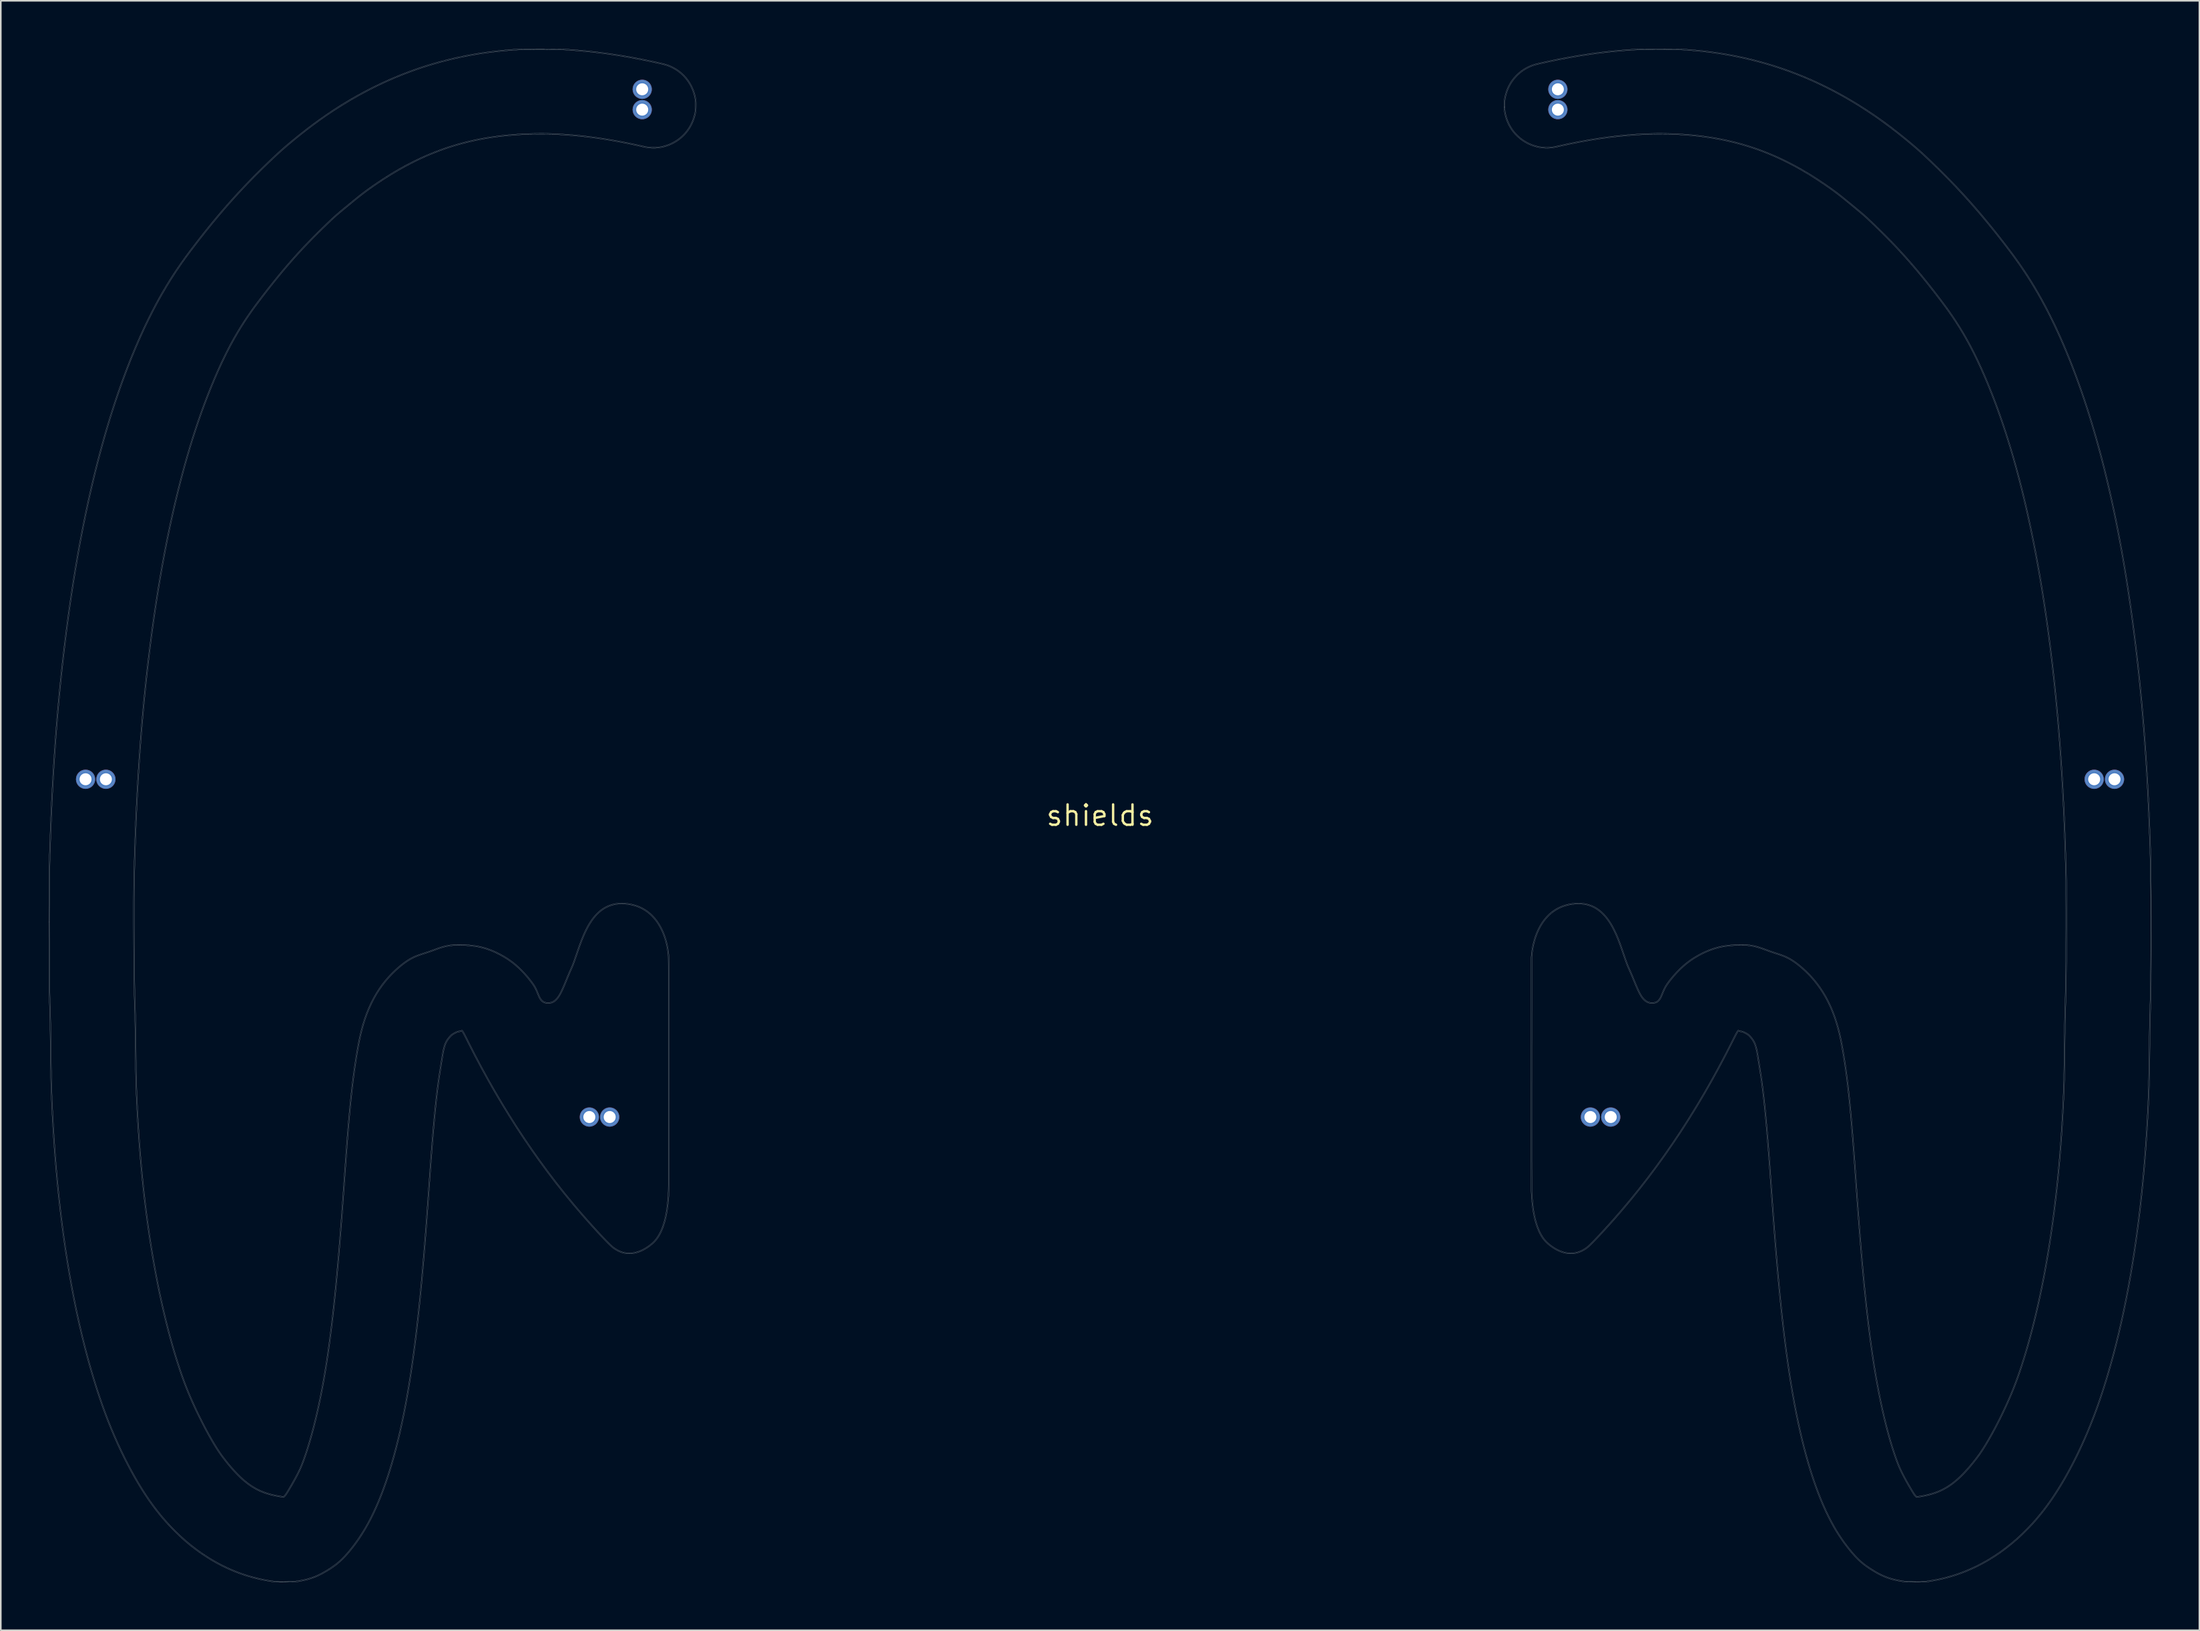
<source format=kicad_pcb>
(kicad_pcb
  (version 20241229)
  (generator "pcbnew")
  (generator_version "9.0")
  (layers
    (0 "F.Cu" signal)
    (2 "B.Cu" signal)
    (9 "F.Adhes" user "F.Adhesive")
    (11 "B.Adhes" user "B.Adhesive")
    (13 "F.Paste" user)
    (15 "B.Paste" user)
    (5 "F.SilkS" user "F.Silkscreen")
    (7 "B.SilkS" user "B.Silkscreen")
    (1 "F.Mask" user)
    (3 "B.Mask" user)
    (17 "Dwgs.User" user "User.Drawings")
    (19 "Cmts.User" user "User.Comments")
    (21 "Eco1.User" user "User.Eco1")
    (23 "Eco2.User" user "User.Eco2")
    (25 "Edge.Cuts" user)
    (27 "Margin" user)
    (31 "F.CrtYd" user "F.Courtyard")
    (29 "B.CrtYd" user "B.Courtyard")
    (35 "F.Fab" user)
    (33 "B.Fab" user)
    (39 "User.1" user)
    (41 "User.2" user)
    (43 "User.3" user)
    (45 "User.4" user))
  (footprint "shields"
    (layer "F.Cu")
    (at 65.621 47.866)
    (property "Reference" "shields" (at 0 0 0) (layer "F.SilkS") (effects (font (size 1.27 1.27) (thickness 0.15))))
    (attr through_hole)
    (fp_poly (pts (xy -28.494 -45.839) (xy -28.408 -45.815) (xy -28.328 -45.776) (xy -28.255 -45.724) (xy -28.192 -45.66) (xy -28.159 -45.615) (xy -28.12 -45.54) (xy -28.095 -45.458) (xy -28.083 -45.372) (xy -28.085 -45.285) (xy -28.101 -45.201) (xy -28.104 -45.191) (xy -28.139 -45.108) (xy -28.187 -45.035) (xy -28.246 -44.972) (xy -28.314 -44.92) (xy -28.389 -44.88) (xy -28.471 -44.854) (xy -28.556 -44.841) (xy -28.644 -44.844) (xy -28.709 -44.857) (xy -28.795 -44.887) (xy -28.872 -44.932) (xy -28.939 -44.988) (xy -28.995 -45.054) (xy -29.038 -45.129) (xy -29.068 -45.211) (xy -29.084 -45.299) (xy -29.085 -45.335) (xy -29.079 -45.427) (xy -29.06 -45.51) (xy -29.026 -45.585) (xy -28.976 -45.656) (xy -28.94 -45.696) (xy -28.868 -45.757) (xy -28.792 -45.802) (xy -28.709 -45.832) (xy -28.621 -45.846) (xy -28.583 -45.847) (xy -28.494 -45.839)) (stroke (width 0.01) (type solid)) (fill no) (layer "Dwgs.User"))
    (fp_poly (pts (xy -28.494 -44.569) (xy -28.408 -44.545) (xy -28.328 -44.506) (xy -28.255 -44.454) (xy -28.192 -44.39) (xy -28.159 -44.345) (xy -28.12 -44.27) (xy -28.095 -44.188) (xy -28.083 -44.102) (xy -28.085 -44.015) (xy -28.101 -43.931) (xy -28.104 -43.921) (xy -28.139 -43.838) (xy -28.187 -43.765) (xy -28.246 -43.702) (xy -28.314 -43.65) (xy -28.389 -43.61) (xy -28.471 -43.584) (xy -28.556 -43.571) (xy -28.644 -43.574) (xy -28.709 -43.587) (xy -28.795 -43.617) (xy -28.872 -43.662) (xy -28.939 -43.718) (xy -28.995 -43.784) (xy -29.038 -43.859) (xy -29.068 -43.941) (xy -29.084 -44.029) (xy -29.085 -44.065) (xy -29.079 -44.157) (xy -29.06 -44.24) (xy -29.026 -44.315) (xy -28.976 -44.386) (xy -28.94 -44.426) (xy -28.868 -44.487) (xy -28.792 -44.532) (xy -28.709 -44.562) (xy -28.621 -44.576) (xy -28.583 -44.577) (xy -28.494 -44.569)) (stroke (width 0.01) (type solid)) (fill no) (layer "Dwgs.User"))
    (fp_poly (pts (xy -61.991 -2.756) (xy -61.904 -2.734) (xy -61.822 -2.698) (xy -61.747 -2.647) (xy -61.71 -2.613) (xy -61.651 -2.544) (xy -61.608 -2.468) (xy -61.578 -2.388) (xy -61.563 -2.305) (xy -61.563 -2.222) (xy -61.576 -2.139) (xy -61.602 -2.059) (xy -61.642 -1.984) (xy -61.696 -1.916) (xy -61.762 -1.855) (xy -61.804 -1.826) (xy -61.867 -1.795) (xy -61.94 -1.772) (xy -62.018 -1.759) (xy -62.095 -1.756) (xy -62.166 -1.764) (xy -62.17 -1.765) (xy -62.257 -1.793) (xy -62.335 -1.833) (xy -62.402 -1.884) (xy -62.458 -1.944) (xy -62.503 -2.012) (xy -62.537 -2.085) (xy -62.559 -2.163) (xy -62.568 -2.243) (xy -62.564 -2.324) (xy -62.546 -2.405) (xy -62.514 -2.483) (xy -62.468 -2.557) (xy -62.415 -2.618) (xy -62.359 -2.665) (xy -62.295 -2.705) (xy -62.226 -2.735) (xy -62.172 -2.751) (xy -62.081 -2.761) (xy -61.991 -2.756)) (stroke (width 0.01) (type solid)) (fill no) (layer "Dwgs.User"))
    (fp_poly (pts (xy -63.242 -2.752) (xy -63.156 -2.729) (xy -63.075 -2.689) (xy -63.002 -2.634) (xy -62.98 -2.613) (xy -62.921 -2.544) (xy -62.878 -2.468) (xy -62.848 -2.388) (xy -62.833 -2.305) (xy -62.833 -2.222) (xy -62.846 -2.139) (xy -62.872 -2.059) (xy -62.912 -1.984) (xy -62.966 -1.916) (xy -63.032 -1.855) (xy -63.074 -1.826) (xy -63.138 -1.795) (xy -63.211 -1.772) (xy -63.288 -1.759) (xy -63.365 -1.756) (xy -63.437 -1.764) (xy -63.441 -1.765) (xy -63.527 -1.793) (xy -63.606 -1.835) (xy -63.676 -1.889) (xy -63.736 -1.955) (xy -63.784 -2.029) (xy -63.81 -2.091) (xy -63.832 -2.178) (xy -63.838 -2.265) (xy -63.829 -2.351) (xy -63.806 -2.433) (xy -63.769 -2.511) (xy -63.721 -2.581) (xy -63.66 -2.642) (xy -63.589 -2.692) (xy -63.558 -2.708) (xy -63.496 -2.734) (xy -63.44 -2.751) (xy -63.382 -2.759) (xy -63.335 -2.76) (xy -63.242 -2.752)) (stroke (width 0.01) (type solid)) (fill no) (layer "Dwgs.User"))
    (fp_poly (pts (xy 28.653 -45.844) (xy 28.738 -45.826) (xy 28.818 -45.793) (xy 28.892 -45.748) (xy 28.957 -45.69) (xy 29.012 -45.621) (xy 29.044 -45.563) (xy 29.07 -45.501) (xy 29.086 -45.442) (xy 29.093 -45.378) (xy 29.094 -45.335) (xy 29.085 -45.246) (xy 29.061 -45.163) (xy 29.024 -45.087) (xy 28.976 -45.019) (xy 28.916 -44.96) (xy 28.848 -44.912) (xy 28.773 -44.875) (xy 28.691 -44.851) (xy 28.606 -44.841) (xy 28.517 -44.846) (xy 28.482 -44.853) (xy 28.399 -44.879) (xy 28.322 -44.92) (xy 28.253 -44.974) (xy 28.193 -45.038) (xy 28.146 -45.112) (xy 28.113 -45.191) (xy 28.099 -45.251) (xy 28.091 -45.319) (xy 28.091 -45.387) (xy 28.098 -45.449) (xy 28.101 -45.462) (xy 28.129 -45.543) (xy 28.172 -45.619) (xy 28.227 -45.688) (xy 28.292 -45.746) (xy 28.366 -45.793) (xy 28.446 -45.826) (xy 28.475 -45.834) (xy 28.565 -45.847) (xy 28.653 -45.844)) (stroke (width 0.01) (type solid)) (fill no) (layer "Dwgs.User"))
    (fp_poly (pts (xy 28.653 -44.574) (xy 28.738 -44.556) (xy 28.818 -44.523) (xy 28.892 -44.478) (xy 28.957 -44.42) (xy 29.012 -44.351) (xy 29.044 -44.293) (xy 29.07 -44.231) (xy 29.086 -44.172) (xy 29.093 -44.108) (xy 29.094 -44.065) (xy 29.085 -43.976) (xy 29.061 -43.893) (xy 29.024 -43.817) (xy 28.976 -43.749) (xy 28.916 -43.69) (xy 28.848 -43.642) (xy 28.773 -43.605) (xy 28.691 -43.581) (xy 28.606 -43.571) (xy 28.517 -43.576) (xy 28.482 -43.583) (xy 28.399 -43.609) (xy 28.322 -43.65) (xy 28.253 -43.704) (xy 28.193 -43.768) (xy 28.146 -43.842) (xy 28.113 -43.921) (xy 28.099 -43.981) (xy 28.091 -44.049) (xy 28.091 -44.117) (xy 28.098 -44.179) (xy 28.101 -44.192) (xy 28.129 -44.273) (xy 28.172 -44.349) (xy 28.227 -44.418) (xy 28.292 -44.476) (xy 28.366 -44.523) (xy 28.446 -44.556) (xy 28.475 -44.564) (xy 28.565 -44.577) (xy 28.653 -44.574)) (stroke (width 0.01) (type solid)) (fill no) (layer "Dwgs.User"))
    (fp_poly (pts (xy 62.166 -2.752) (xy 62.253 -2.729) (xy 62.333 -2.689) (xy 62.406 -2.635) (xy 62.428 -2.613) (xy 62.487 -2.543) (xy 62.53 -2.466) (xy 62.56 -2.385) (xy 62.574 -2.301) (xy 62.574 -2.215) (xy 62.56 -2.131) (xy 62.53 -2.049) (xy 62.487 -1.973) (xy 62.428 -1.902) (xy 62.426 -1.9) (xy 62.358 -1.843) (xy 62.28 -1.8) (xy 62.197 -1.771) (xy 62.109 -1.756) (xy 62.02 -1.757) (xy 61.968 -1.766) (xy 61.884 -1.792) (xy 61.807 -1.832) (xy 61.737 -1.885) (xy 61.676 -1.949) (xy 61.628 -2.021) (xy 61.594 -2.1) (xy 61.593 -2.104) (xy 61.581 -2.153) (xy 61.575 -2.212) (xy 61.573 -2.273) (xy 61.576 -2.332) (xy 61.584 -2.384) (xy 61.59 -2.405) (xy 61.627 -2.491) (xy 61.677 -2.567) (xy 61.738 -2.633) (xy 61.809 -2.685) (xy 61.85 -2.708) (xy 61.911 -2.734) (xy 61.967 -2.75) (xy 62.025 -2.758) (xy 62.073 -2.76) (xy 62.166 -2.752)) (stroke (width 0.01) (type solid)) (fill no) (layer "Dwgs.User"))
    (fp_poly (pts (xy 63.436 -2.752) (xy 63.523 -2.729) (xy 63.603 -2.689) (xy 63.676 -2.635) (xy 63.698 -2.613) (xy 63.757 -2.543) (xy 63.8 -2.466) (xy 63.83 -2.385) (xy 63.844 -2.301) (xy 63.844 -2.215) (xy 63.83 -2.131) (xy 63.8 -2.049) (xy 63.757 -1.973) (xy 63.698 -1.902) (xy 63.696 -1.9) (xy 63.628 -1.843) (xy 63.55 -1.8) (xy 63.467 -1.771) (xy 63.379 -1.756) (xy 63.29 -1.757) (xy 63.238 -1.766) (xy 63.154 -1.792) (xy 63.077 -1.832) (xy 63.007 -1.885) (xy 62.946 -1.949) (xy 62.898 -2.021) (xy 62.864 -2.1) (xy 62.863 -2.104) (xy 62.851 -2.153) (xy 62.845 -2.212) (xy 62.843 -2.273) (xy 62.846 -2.332) (xy 62.854 -2.384) (xy 62.86 -2.405) (xy 62.897 -2.491) (xy 62.947 -2.567) (xy 63.008 -2.633) (xy 63.079 -2.685) (xy 63.12 -2.708) (xy 63.181 -2.734) (xy 63.237 -2.75) (xy 63.295 -2.758) (xy 63.343 -2.76) (xy 63.436 -2.752)) (stroke (width 0.01) (type solid)) (fill no) (layer "Dwgs.User"))
    (fp_poly (pts (xy 30.706 18.328) (xy 30.719 18.33) (xy 30.802 18.354) (xy 30.88 18.393) (xy 30.95 18.445) (xy 31.011 18.508) (xy 31.061 18.581) (xy 31.098 18.66) (xy 31.11 18.701) (xy 31.119 18.752) (xy 31.123 18.813) (xy 31.121 18.875) (xy 31.115 18.931) (xy 31.11 18.951) (xy 31.08 19.035) (xy 31.037 19.11) (xy 30.982 19.176) (xy 30.918 19.231) (xy 30.845 19.275) (xy 30.766 19.307) (xy 30.683 19.324) (xy 30.597 19.328) (xy 30.51 19.315) (xy 30.5 19.313) (xy 30.413 19.282) (xy 30.336 19.24) (xy 30.27 19.184) (xy 30.211 19.113) (xy 30.19 19.081) (xy 30.154 19.012) (xy 30.132 18.941) (xy 30.122 18.862) (xy 30.121 18.826) (xy 30.124 18.755) (xy 30.136 18.694) (xy 30.157 18.633) (xy 30.181 18.584) (xy 30.224 18.517) (xy 30.28 18.456) (xy 30.346 18.404) (xy 30.416 18.364) (xy 30.462 18.346) (xy 30.519 18.333) (xy 30.583 18.325) (xy 30.648 18.323) (xy 30.706 18.328)) (stroke (width 0.01) (type solid)) (fill no) (layer "Dwgs.User"))
    (fp_poly (pts (xy 31.976 18.328) (xy 31.989 18.33) (xy 32.072 18.354) (xy 32.15 18.393) (xy 32.22 18.445) (xy 32.281 18.508) (xy 32.331 18.581) (xy 32.368 18.66) (xy 32.38 18.701) (xy 32.389 18.752) (xy 32.393 18.813) (xy 32.391 18.875) (xy 32.385 18.931) (xy 32.38 18.951) (xy 32.35 19.035) (xy 32.307 19.11) (xy 32.252 19.176) (xy 32.188 19.231) (xy 32.115 19.275) (xy 32.036 19.307) (xy 31.953 19.324) (xy 31.867 19.328) (xy 31.78 19.315) (xy 31.77 19.313) (xy 31.683 19.282) (xy 31.606 19.24) (xy 31.54 19.184) (xy 31.481 19.113) (xy 31.46 19.081) (xy 31.424 19.012) (xy 31.402 18.941) (xy 31.392 18.862) (xy 31.391 18.826) (xy 31.394 18.755) (xy 31.406 18.694) (xy 31.427 18.633) (xy 31.451 18.584) (xy 31.494 18.517) (xy 31.55 18.456) (xy 31.616 18.404) (xy 31.686 18.364) (xy 31.732 18.346) (xy 31.789 18.333) (xy 31.853 18.325) (xy 31.918 18.323) (xy 31.976 18.328)) (stroke (width 0.01) (type solid)) (fill no) (layer "Dwgs.User"))
    (fp_poly (pts (xy -31.812 18.33) (xy -31.746 18.34) (xy -31.686 18.36) (xy -31.628 18.39) (xy -31.613 18.4) (xy -31.54 18.457) (xy -31.479 18.524) (xy -31.433 18.6) (xy -31.401 18.684) (xy -31.385 18.774) (xy -31.382 18.826) (xy -31.39 18.918) (xy -31.413 19.004) (xy -31.451 19.084) (xy -31.503 19.154) (xy -31.567 19.216) (xy -31.643 19.266) (xy -31.731 19.305) (xy -31.779 19.317) (xy -31.837 19.324) (xy -31.899 19.326) (xy -31.958 19.323) (xy -31.996 19.317) (xy -32.079 19.29) (xy -32.156 19.248) (xy -32.225 19.193) (xy -32.285 19.128) (xy -32.332 19.054) (xy -32.366 18.973) (xy -32.372 18.951) (xy -32.381 18.9) (xy -32.384 18.839) (xy -32.383 18.777) (xy -32.376 18.721) (xy -32.372 18.701) (xy -32.341 18.614) (xy -32.296 18.536) (xy -32.237 18.468) (xy -32.167 18.41) (xy -32.085 18.364) (xy -32.048 18.349) (xy -32.02 18.339) (xy -31.994 18.333) (xy -31.965 18.329) (xy -31.928 18.327) (xy -31.89 18.327) (xy -31.812 18.33)) (stroke (width 0.01) (type solid)) (fill no) (layer "Dwgs.User"))
    (fp_poly (pts (xy -30.542 18.33) (xy -30.476 18.34) (xy -30.416 18.36) (xy -30.358 18.39) (xy -30.343 18.4) (xy -30.27 18.457) (xy -30.209 18.524) (xy -30.163 18.6) (xy -30.131 18.684) (xy -30.115 18.774) (xy -30.112 18.826) (xy -30.12 18.918) (xy -30.143 19.004) (xy -30.181 19.084) (xy -30.233 19.154) (xy -30.297 19.216) (xy -30.373 19.266) (xy -30.461 19.305) (xy -30.509 19.317) (xy -30.567 19.324) (xy -30.629 19.326) (xy -30.688 19.323) (xy -30.726 19.317) (xy -30.809 19.29) (xy -30.886 19.248) (xy -30.955 19.193) (xy -31.015 19.128) (xy -31.062 19.054) (xy -31.096 18.973) (xy -31.102 18.951) (xy -31.111 18.9) (xy -31.114 18.839) (xy -31.113 18.777) (xy -31.106 18.721) (xy -31.102 18.701) (xy -31.071 18.614) (xy -31.026 18.536) (xy -30.967 18.468) (xy -30.897 18.41) (xy -30.815 18.364) (xy -30.778 18.349) (xy -30.75 18.339) (xy -30.724 18.333) (xy -30.695 18.329) (xy -30.658 18.327) (xy -30.62 18.327) (xy -30.542 18.33)) (stroke (width 0.01) (type solid)) (fill no) (layer "Dwgs.User"))
    (fp_poly (pts (xy -35.379 -47.861) (xy -35.231 -47.861) (xy -35.068 -47.86) (xy -34.891 -47.86) (xy -34.794 -47.86) (xy -34.581 -47.859) (xy -34.385 -47.859) (xy -34.205 -47.858) (xy -34.042 -47.857) (xy -33.895 -47.856) (xy -33.765 -47.855) (xy -33.651 -47.854) (xy -33.552 -47.853) (xy -33.47 -47.852) (xy -33.403 -47.85) (xy -33.352 -47.849) (xy -33.316 -47.847) (xy -33.304 -47.847) (xy -33.255 -47.843) (xy -33.195 -47.839) (xy -33.128 -47.834) (xy -33.058 -47.829) (xy -32.992 -47.824) (xy -32.982 -47.824) (xy -32.391 -47.778) (xy -31.79 -47.72) (xy -31.179 -47.649) (xy -30.56 -47.566) (xy -29.932 -47.471) (xy -29.297 -47.363) (xy -28.655 -47.243) (xy -28.008 -47.111) (xy -27.817 -47.07) (xy -27.676 -47.039) (xy -27.55 -47.011) (xy -27.438 -46.985) (xy -27.338 -46.962) (xy -27.249 -46.94) (xy -27.17 -46.919) (xy -27.098 -46.899) (xy -27.034 -46.88) (xy -26.974 -46.86) (xy -26.918 -46.84) (xy -26.865 -46.818) (xy -26.812 -46.795) (xy -26.759 -46.771) (xy -26.704 -46.744) (xy -26.662 -46.723) (xy -26.475 -46.619) (xy -26.299 -46.502) (xy -26.135 -46.372) (xy -25.983 -46.23) (xy -25.842 -46.076) (xy -25.712 -45.91) (xy -25.595 -45.732) (xy -25.49 -45.543) (xy -25.467 -45.496) (xy -25.384 -45.306) (xy -25.316 -45.108) (xy -25.263 -44.904) (xy -25.229 -44.721) (xy -25.223 -44.68) (xy -25.219 -44.643) (xy -25.215 -44.607) (xy -25.213 -44.569) (xy -25.211 -44.525) (xy -25.21 -44.474) (xy -25.21 -44.411) (xy -25.21 -44.336) (xy -25.211 -44.237) (xy -25.213 -44.152) (xy -25.217 -44.076) (xy -25.223 -44.007) (xy -25.231 -43.941) (xy -25.242 -43.873) (xy -25.257 -43.801) (xy -25.269 -43.745) (xy -25.325 -43.54) (xy -25.396 -43.342) (xy -25.481 -43.151) (xy -25.58 -42.968) (xy -25.693 -42.793) (xy -25.819 -42.629) (xy -25.957 -42.475) (xy -26.107 -42.331) (xy -26.268 -42.2) (xy -26.439 -42.081) (xy -26.621 -41.974) (xy -26.739 -41.915) (xy -26.937 -41.831) (xy -27.137 -41.764) (xy -27.34 -41.714) (xy -27.547 -41.68) (xy -27.756 -41.663) (xy -27.968 -41.662) (xy -28.183 -41.679) (xy -28.401 -41.711) (xy -28.524 -41.737) (xy -29.049 -41.853) (xy -29.563 -41.96) (xy -30.066 -42.057) (xy -30.561 -42.144) (xy -31.05 -42.222) (xy -31.533 -42.291) (xy -32.013 -42.352) (xy -32.491 -42.404) (xy -32.97 -42.447) (xy -33.45 -42.483) (xy -33.934 -42.511) (xy -33.968 -42.513) (xy -34.025 -42.515) (xy -34.096 -42.517) (xy -34.181 -42.519) (xy -34.277 -42.52) (xy -34.384 -42.522) (xy -34.498 -42.523) (xy -34.618 -42.523) (xy -34.743 -42.524) (xy -34.871 -42.524) (xy -35 -42.524) (xy -35.128 -42.524) (xy -35.253 -42.523) (xy -35.373 -42.523) (xy -35.488 -42.522) (xy -35.594 -42.52) (xy -35.691 -42.519) (xy -35.777 -42.517) (xy -35.849 -42.515) (xy -35.905 -42.513) (xy -35.907 -42.513) (xy -36.244 -42.495) (xy -36.567 -42.473) (xy -36.877 -42.448) (xy -37.177 -42.42) (xy -37.468 -42.388) (xy -37.754 -42.351) (xy -38.036 -42.311) (xy -38.316 -42.266) (xy -38.559 -42.223) (xy -39.024 -42.13) (xy -39.484 -42.025) (xy -39.939 -41.907) (xy -40.39 -41.776) (xy -40.836 -41.631) (xy -41.279 -41.472) (xy -41.72 -41.299) (xy -42.158 -41.112) (xy -42.595 -40.91) (xy -43.03 -40.693) (xy -43.466 -40.461) (xy -43.902 -40.214) (xy -44.338 -39.951) (xy -44.776 -39.673) (xy -45.216 -39.378) (xy -45.576 -39.126) (xy -45.658 -39.067) (xy -45.739 -39.008) (xy -45.82 -38.949) (xy -45.901 -38.888) (xy -45.984 -38.825) (xy -46.069 -38.76) (xy -46.157 -38.691) (xy -46.25 -38.618) (xy -46.348 -38.54) (xy -46.452 -38.456) (xy -46.563 -38.366) (xy -46.682 -38.269) (xy -46.811 -38.163) (xy -46.949 -38.049) (xy -47.098 -37.925) (xy -47.259 -37.792) (xy -47.269 -37.783) (xy -47.354 -37.712) (xy -47.43 -37.649) (xy -47.497 -37.592) (xy -47.559 -37.54) (xy -47.617 -37.491) (xy -47.671 -37.443) (xy -47.725 -37.395) (xy -47.78 -37.345) (xy -47.837 -37.293) (xy -47.898 -37.236) (xy -47.965 -37.173) (xy -48.039 -37.103) (xy -48.123 -37.023) (xy -48.192 -36.957) (xy -48.56 -36.603) (xy -48.915 -36.253) (xy -49.258 -35.905) (xy -49.593 -35.556) (xy -49.92 -35.206) (xy -50.242 -34.852) (xy -50.56 -34.492) (xy -50.876 -34.124) (xy -51.191 -33.746) (xy -51.509 -33.356) (xy -51.83 -32.952) (xy -51.846 -32.931) (xy -52.014 -32.716) (xy -52.175 -32.509) (xy -52.328 -32.309) (xy -52.473 -32.118) (xy -52.609 -31.937) (xy -52.737 -31.766) (xy -52.854 -31.605) (xy -52.961 -31.456) (xy -53.022 -31.369) (xy -53.226 -31.073) (xy -53.424 -30.773) (xy -53.617 -30.468) (xy -53.806 -30.157) (xy -53.991 -29.839) (xy -54.172 -29.513) (xy -54.351 -29.178) (xy -54.527 -28.833) (xy -54.701 -28.478) (xy -54.874 -28.111) (xy -55.046 -27.731) (xy -55.217 -27.337) (xy -55.389 -26.929) (xy -55.56 -26.506) (xy -55.643 -26.297) (xy -55.72 -26.102) (xy -55.793 -25.911) (xy -55.864 -25.725) (xy -55.933 -25.54) (xy -56.001 -25.355) (xy -56.068 -25.168) (xy -56.135 -24.979) (xy -56.203 -24.784) (xy -56.272 -24.582) (xy -56.343 -24.372) (xy -56.416 -24.152) (xy -56.492 -23.92) (xy -56.572 -23.674) (xy -56.617 -23.533) (xy -56.652 -23.422) (xy -56.691 -23.296) (xy -56.733 -23.158) (xy -56.778 -23.01) (xy -56.824 -22.854) (xy -56.872 -22.691) (xy -56.921 -22.524) (xy -56.97 -22.355) (xy -57.018 -22.187) (xy -57.065 -22.02) (xy -57.111 -21.857) (xy -57.154 -21.7) (xy -57.17 -21.641) (xy -57.365 -20.909) (xy -57.553 -20.161) (xy -57.736 -19.397) (xy -57.912 -18.618) (xy -58.083 -17.822) (xy -58.247 -17.011) (xy -58.406 -16.184) (xy -58.558 -15.342) (xy -58.705 -14.484) (xy -58.845 -13.61) (xy -58.98 -12.721) (xy -59.109 -11.816) (xy -59.231 -10.895) (xy -59.348 -9.959) (xy -59.458 -9.007) (xy -59.546 -8.2) (xy -59.639 -7.28) (xy -59.726 -6.343) (xy -59.807 -5.391) (xy -59.882 -4.423) (xy -59.952 -3.44) (xy -60.015 -2.44) (xy -60.072 -1.425) (xy -60.123 -0.393) (xy -60.168 0.654) (xy -60.208 1.717) (xy -60.24 2.773) (xy -60.245 2.95) (xy -60.25 3.121) (xy -60.254 3.287) (xy -60.258 3.449) (xy -60.261 3.607) (xy -60.264 3.763) (xy -60.267 3.918) (xy -60.27 4.073) (xy -60.272 4.228) (xy -60.274 4.386) (xy -60.276 4.548) (xy -60.277 4.713) (xy -60.279 4.884) (xy -60.28 5.061) (xy -60.281 5.245) (xy -60.281 5.438) (xy -60.281 5.64) (xy -60.282 5.853) (xy -60.282 6.078) (xy -60.281 6.316) (xy -60.281 6.567) (xy -60.28 6.833) (xy -60.28 7.095) (xy -60.279 7.445) (xy -60.278 7.778) (xy -60.276 8.096) (xy -60.275 8.399) (xy -60.273 8.687) (xy -60.272 8.961) (xy -60.27 9.222) (xy -60.268 9.471) (xy -60.266 9.707) (xy -60.263 9.932) (xy -60.261 10.146) (xy -60.258 10.351) (xy -60.255 10.545) (xy -60.252 10.731) (xy -60.249 10.908) (xy -60.245 11.078) (xy -60.242 11.24) (xy -60.238 11.397) (xy -60.234 11.547) (xy -60.229 11.692) (xy -60.228 11.735) (xy -60.223 11.884) (xy -60.218 12.037) (xy -60.214 12.195) (xy -60.21 12.357) (xy -60.206 12.526) (xy -60.202 12.702) (xy -60.199 12.886) (xy -60.195 13.079) (xy -60.192 13.282) (xy -60.188 13.497) (xy -60.185 13.723) (xy -60.182 13.962) (xy -60.179 14.216) (xy -60.176 14.484) (xy -60.173 14.768) (xy -60.172 14.812) (xy -60.17 15.07) (xy -60.167 15.313) (xy -60.164 15.541) (xy -60.16 15.758) (xy -60.157 15.963) (xy -60.153 16.159) (xy -60.149 16.348) (xy -60.145 16.53) (xy -60.14 16.707) (xy -60.135 16.881) (xy -60.13 17.053) (xy -60.124 17.226) (xy -60.117 17.399) (xy -60.11 17.576) (xy -60.102 17.756) (xy -60.1 17.801) (xy -60.061 18.621) (xy -60.014 19.433) (xy -59.961 20.239) (xy -59.9 21.038) (xy -59.833 21.828) (xy -59.759 22.611) (xy -59.679 23.384) (xy -59.592 24.148) (xy -59.498 24.903) (xy -59.398 25.647) (xy -59.292 26.381) (xy -59.179 27.104) (xy -59.06 27.815) (xy -58.935 28.515) (xy -58.804 29.202) (xy -58.667 29.876) (xy -58.523 30.537) (xy -58.374 31.184) (xy -58.219 31.817) (xy -58.059 32.435) (xy -57.893 33.039) (xy -57.725 33.613) (xy -57.626 33.935) (xy -57.528 34.247) (xy -57.429 34.547) (xy -57.332 34.836) (xy -57.235 35.11) (xy -57.14 35.37) (xy -57.078 35.536) (xy -56.981 35.783) (xy -56.878 36.034) (xy -56.771 36.289) (xy -56.659 36.546) (xy -56.543 36.804) (xy -56.424 37.062) (xy -56.301 37.319) (xy -56.177 37.574) (xy -56.051 37.825) (xy -55.924 38.073) (xy -55.797 38.315) (xy -55.669 38.55) (xy -55.542 38.778) (xy -55.416 38.998) (xy -55.292 39.207) (xy -55.17 39.406) (xy -55.051 39.594) (xy -54.936 39.768) (xy -54.824 39.928) (xy -54.717 40.073) (xy -54.531 40.312) (xy -54.348 40.537) (xy -54.168 40.748) (xy -53.99 40.945) (xy -53.817 41.127) (xy -53.648 41.294) (xy -53.483 41.445) (xy -53.388 41.527) (xy -53.198 41.678) (xy -53.008 41.815) (xy -52.816 41.938) (xy -52.619 42.048) (xy -52.416 42.145) (xy -52.206 42.232) (xy -51.987 42.308) (xy -51.756 42.374) (xy -51.513 42.431) (xy -51.434 42.447) (xy -51.382 42.457) (xy -51.324 42.468) (xy -51.264 42.478) (xy -51.203 42.488) (xy -51.145 42.498) (xy -51.092 42.506) (xy -51.047 42.513) (xy -51.013 42.518) (xy -50.992 42.52) (xy -50.99 42.52) (xy -50.972 42.513) (xy -50.948 42.493) (xy -50.919 42.463) (xy -50.886 42.425) (xy -50.852 42.381) (xy -50.817 42.331) (xy -50.802 42.308) (xy -50.728 42.189) (xy -50.651 42.061) (xy -50.572 41.927) (xy -50.491 41.789) (xy -50.412 41.648) (xy -50.333 41.508) (xy -50.257 41.369) (xy -50.185 41.235) (xy -50.118 41.106) (xy -50.057 40.986) (xy -50.003 40.876) (xy -49.966 40.797) (xy -49.928 40.71) (xy -49.886 40.608) (xy -49.84 40.495) (xy -49.793 40.371) (xy -49.744 40.238) (xy -49.694 40.1) (xy -49.644 39.957) (xy -49.594 39.811) (xy -49.546 39.665) (xy -49.504 39.534) (xy -49.377 39.115) (xy -49.252 38.679) (xy -49.132 38.228) (xy -49.015 37.76) (xy -48.901 37.278) (xy -48.791 36.78) (xy -48.685 36.268) (xy -48.583 35.741) (xy -48.485 35.2) (xy -48.391 34.646) (xy -48.3 34.078) (xy -48.214 33.497) (xy -48.132 32.903) (xy -48.121 32.817) (xy -48.082 32.518) (xy -48.044 32.218) (xy -48.007 31.915) (xy -47.97 31.609) (xy -47.934 31.299) (xy -47.898 30.985) (xy -47.863 30.666) (xy -47.829 30.341) (xy -47.794 30.01) (xy -47.76 29.673) (xy -47.726 29.327) (xy -47.693 28.974) (xy -47.659 28.612) (xy -47.626 28.24) (xy -47.592 27.859) (xy -47.559 27.467) (xy -47.525 27.064) (xy -47.491 26.648) (xy -47.457 26.221) (xy -47.423 25.78) (xy -47.388 25.325) (xy -47.353 24.856) (xy -47.317 24.372) (xy -47.281 23.872) (xy -47.245 23.356) (xy -47.244 23.351) (xy -47.237 23.245) (xy -47.228 23.125) (xy -47.219 22.993) (xy -47.209 22.853) (xy -47.199 22.707) (xy -47.188 22.558) (xy -47.178 22.408) (xy -47.168 22.261) (xy -47.158 22.12) (xy -47.148 21.986) (xy -47.146 21.963) (xy -47.116 21.539) (xy -47.087 21.131) (xy -47.058 20.739) (xy -47.029 20.363) (xy -47.001 20) (xy -46.972 19.651) (xy -46.945 19.316) (xy -46.917 18.992) (xy -46.889 18.681) (xy -46.862 18.381) (xy -46.834 18.091) (xy -46.806 17.811) (xy -46.779 17.541) (xy -46.75 17.279) (xy -46.722 17.025) (xy -46.693 16.779) (xy -46.664 16.539) (xy -46.635 16.305) (xy -46.604 16.077) (xy -46.574 15.853) (xy -46.542 15.634) (xy -46.51 15.418) (xy -46.477 15.205) (xy -46.469 15.151) (xy -46.428 14.898) (xy -46.387 14.66) (xy -46.348 14.436) (xy -46.309 14.226) (xy -46.27 14.027) (xy -46.23 13.839) (xy -46.19 13.659) (xy -46.149 13.488) (xy -46.108 13.323) (xy -46.064 13.164) (xy -46.019 13.008) (xy -45.972 12.855) (xy -45.923 12.703) (xy -45.902 12.642) (xy -45.781 12.309) (xy -45.648 11.987) (xy -45.503 11.675) (xy -45.347 11.374) (xy -45.18 11.084) (xy -45.002 10.807) (xy -44.814 10.542) (xy -44.615 10.291) (xy -44.461 10.113) (xy -44.299 9.937) (xy -44.132 9.768) (xy -43.96 9.605) (xy -43.787 9.451) (xy -43.614 9.309) (xy -43.443 9.178) (xy -43.311 9.086) (xy -43.224 9.028) (xy -43.14 8.976) (xy -43.058 8.928) (xy -42.976 8.883) (xy -42.892 8.841) (xy -42.803 8.8) (xy -42.709 8.76) (xy -42.607 8.72) (xy -42.495 8.68) (xy -42.371 8.637) (xy -42.233 8.592) (xy -42.173 8.572) (xy -42.106 8.551) (xy -42.044 8.531) (xy -41.989 8.513) (xy -41.942 8.498) (xy -41.905 8.486) (xy -41.881 8.478) (xy -41.872 8.475) (xy -41.85 8.466) (xy -41.814 8.452) (xy -41.767 8.434) (xy -41.71 8.414) (xy -41.648 8.391) (xy -41.58 8.367) (xy -41.511 8.342) (xy -41.443 8.317) (xy -41.377 8.294) (xy -41.316 8.272) (xy -41.263 8.253) (xy -41.219 8.238) (xy -41.188 8.228) (xy -41.184 8.227) (xy -41.005 8.174) (xy -40.824 8.13) (xy -40.637 8.095) (xy -40.471 8.071) (xy -40.411 8.066) (xy -40.338 8.061) (xy -40.252 8.058) (xy -40.158 8.056) (xy -40.057 8.055) (xy -39.953 8.055) (xy -39.847 8.056) (xy -39.742 8.059) (xy -39.642 8.063) (xy -39.548 8.068) (xy -39.463 8.074) (xy -39.442 8.075) (xy -39.283 8.091) (xy -39.138 8.107) (xy -39.005 8.125) (xy -38.88 8.145) (xy -38.763 8.167) (xy -38.648 8.192) (xy -38.54 8.218) (xy -38.319 8.282) (xy -38.093 8.36) (xy -37.866 8.451) (xy -37.638 8.554) (xy -37.414 8.668) (xy -37.194 8.792) (xy -36.981 8.924) (xy -36.779 9.063) (xy -36.607 9.192) (xy -36.433 9.338) (xy -36.257 9.497) (xy -36.083 9.668) (xy -35.912 9.848) (xy -35.747 10.034) (xy -35.59 10.224) (xy -35.444 10.416) (xy -35.434 10.429) (xy -35.379 10.507) (xy -35.33 10.578) (xy -35.287 10.647) (xy -35.247 10.716) (xy -35.209 10.788) (xy -35.172 10.866) (xy -35.133 10.953) (xy -35.092 11.051) (xy -35.069 11.108) (xy -35.047 11.163) (xy -35.025 11.215) (xy -35.005 11.262) (xy -34.988 11.301) (xy -34.976 11.328) (xy -34.974 11.333) (xy -34.92 11.428) (xy -34.861 11.507) (xy -34.797 11.571) (xy -34.728 11.62) (xy -34.652 11.654) (xy -34.624 11.662) (xy -34.566 11.674) (xy -34.499 11.68) (xy -34.429 11.681) (xy -34.363 11.677) (xy -34.336 11.673) (xy -34.259 11.655) (xy -34.188 11.629) (xy -34.123 11.593) (xy -34.057 11.546) (xy -33.989 11.486) (xy -33.976 11.472) (xy -33.936 11.431) (xy -33.898 11.388) (xy -33.86 11.341) (xy -33.824 11.29) (xy -33.787 11.233) (xy -33.749 11.17) (xy -33.71 11.099) (xy -33.67 11.019) (xy -33.627 10.93) (xy -33.581 10.831) (xy -33.532 10.719) (xy -33.478 10.594) (xy -33.42 10.456) (xy -33.361 10.312) (xy -33.31 10.188) (xy -33.264 10.076) (xy -33.221 9.974) (xy -33.181 9.88) (xy -33.143 9.79) (xy -33.104 9.701) (xy -33.064 9.612) (xy -33.037 9.55) (xy -33.006 9.48) (xy -32.977 9.412) (xy -32.949 9.346) (xy -32.922 9.278) (xy -32.895 9.205) (xy -32.865 9.125) (xy -32.834 9.036) (xy -32.799 8.934) (xy -32.779 8.877) (xy -32.752 8.797) (xy -32.721 8.708) (xy -32.689 8.614) (xy -32.657 8.521) (xy -32.628 8.434) (xy -32.604 8.365) (xy -32.517 8.117) (xy -32.431 7.886) (xy -32.347 7.669) (xy -32.262 7.467) (xy -32.178 7.279) (xy -32.093 7.103) (xy -32.008 6.94) (xy -31.921 6.787) (xy -31.832 6.645) (xy -31.742 6.512) (xy -31.649 6.388) (xy -31.552 6.272) (xy -31.453 6.163) (xy -31.412 6.121) (xy -31.342 6.053) (xy -31.279 5.995) (xy -31.219 5.943) (xy -31.157 5.895) (xy -31.09 5.847) (xy -31.045 5.816) (xy -30.9 5.728) (xy -30.751 5.653) (xy -30.597 5.592) (xy -30.435 5.542) (xy -30.263 5.505) (xy -30.171 5.49) (xy -30.12 5.484) (xy -30.057 5.48) (xy -29.983 5.477) (xy -29.904 5.475) (xy -29.822 5.474) (xy -29.742 5.476) (xy -29.667 5.478) (xy -29.601 5.482) (xy -29.566 5.485) (xy -29.345 5.516) (xy -29.135 5.561) (xy -28.933 5.62) (xy -28.741 5.693) (xy -28.557 5.781) (xy -28.382 5.883) (xy -28.215 6) (xy -28.056 6.131) (xy -27.952 6.229) (xy -27.807 6.384) (xy -27.671 6.553) (xy -27.546 6.735) (xy -27.43 6.928) (xy -27.325 7.133) (xy -27.231 7.349) (xy -27.147 7.574) (xy -27.075 7.808) (xy -27.014 8.051) (xy -26.965 8.301) (xy -26.928 8.558) (xy -26.904 8.821) (xy -26.899 8.903) (xy -26.898 8.922) (xy -26.897 8.958) (xy -26.897 9.01) (xy -26.896 9.077) (xy -26.896 9.16) (xy -26.895 9.256) (xy -26.895 9.367) (xy -26.895 9.491) (xy -26.894 9.629) (xy -26.894 9.779) (xy -26.893 9.941) (xy -26.893 10.114) (xy -26.893 10.299) (xy -26.893 10.494) (xy -26.892 10.7) (xy -26.892 10.915) (xy -26.892 11.139) (xy -26.892 11.372) (xy -26.891 11.614) (xy -26.891 11.863) (xy -26.891 12.119) (xy -26.891 12.382) (xy -26.891 12.652) (xy -26.891 12.927) (xy -26.891 13.208) (xy -26.891 13.494) (xy -26.891 13.784) (xy -26.891 14.078) (xy -26.891 14.375) (xy -26.891 14.676) (xy -26.891 14.978) (xy -26.891 15.283) (xy -26.891 15.59) (xy -26.891 15.897) (xy -26.891 16.205) (xy -26.892 16.513) (xy -26.892 16.821) (xy -26.892 17.128) (xy -26.892 17.433) (xy -26.892 17.737) (xy -26.893 18.038) (xy -26.893 18.337) (xy -26.893 18.632) (xy -26.893 18.924) (xy -26.894 19.211) (xy -26.894 19.494) (xy -26.894 19.771) (xy -26.895 20.043) (xy -26.895 20.308) (xy -26.895 20.567) (xy -26.896 20.819) (xy -26.896 21.064) (xy -26.896 21.3) (xy -26.897 21.527) (xy -26.897 21.746) (xy -26.898 21.955) (xy -26.898 22.154) (xy -26.899 22.343) (xy -26.899 22.521) (xy -26.9 22.687) (xy -26.9 22.841) (xy -26.901 22.983) (xy -26.901 23.112) (xy -26.902 23.228) (xy -26.902 23.33) (xy -26.903 23.418) (xy -26.903 23.491) (xy -26.904 23.548) (xy -26.905 23.59) (xy -26.905 23.616) (xy -26.905 23.622) (xy -26.922 23.853) (xy -26.94 24.069) (xy -26.96 24.271) (xy -26.982 24.461) (xy -27.007 24.64) (xy -27.035 24.809) (xy -27.065 24.97) (xy -27.098 25.124) (xy -27.135 25.273) (xy -27.17 25.404) (xy -27.235 25.614) (xy -27.306 25.809) (xy -27.382 25.989) (xy -27.465 26.154) (xy -27.554 26.306) (xy -27.649 26.445) (xy -27.752 26.572) (xy -27.863 26.688) (xy -27.936 26.754) (xy -28.103 26.889) (xy -28.272 27.008) (xy -28.442 27.111) (xy -28.614 27.197) (xy -28.787 27.266) (xy -28.961 27.319) (xy -29.136 27.355) (xy -29.201 27.364) (xy -29.267 27.37) (xy -29.343 27.372) (xy -29.423 27.372) (xy -29.502 27.368) (xy -29.572 27.362) (xy -29.584 27.36) (xy -29.735 27.333) (xy -29.882 27.292) (xy -30.025 27.236) (xy -30.166 27.165) (xy -30.308 27.079) (xy -30.403 27.011) (xy -30.448 26.975) (xy -30.504 26.927) (xy -30.569 26.866) (xy -30.644 26.795) (xy -30.727 26.713) (xy -30.817 26.622) (xy -30.915 26.521) (xy -31.019 26.412) (xy -31.13 26.296) (xy -31.245 26.172) (xy -31.366 26.042) (xy -31.491 25.906) (xy -31.619 25.764) (xy -31.751 25.619) (xy -31.884 25.47) (xy -32.02 25.317) (xy -32.157 25.162) (xy -32.294 25.005) (xy -32.431 24.847) (xy -32.568 24.688) (xy -32.703 24.53) (xy -32.837 24.372) (xy -32.968 24.216) (xy -33.008 24.168) (xy -33.519 23.543) (xy -34.024 22.903) (xy -34.521 22.248) (xy -35.012 21.578) (xy -35.494 20.896) (xy -35.969 20.2) (xy -36.436 19.491) (xy -36.893 18.77) (xy -37.342 18.038) (xy -37.782 17.295) (xy -38.212 16.541) (xy -38.632 15.777) (xy -39.042 15.004) (xy -39.441 14.222) (xy -39.503 14.097) (xy -39.544 14.015) (xy -39.584 13.935) (xy -39.624 13.858) (xy -39.66 13.787) (xy -39.694 13.723) (xy -39.723 13.667) (xy -39.747 13.623) (xy -39.765 13.591) (xy -39.77 13.582) (xy -39.829 13.487) (xy -39.872 13.492) (xy -39.948 13.502) (xy -40.012 13.512) (xy -40.066 13.525) (xy -40.116 13.54) (xy -40.165 13.56) (xy -40.217 13.585) (xy -40.22 13.586) (xy -40.3 13.628) (xy -40.368 13.668) (xy -40.425 13.707) (xy -40.476 13.749) (xy -40.523 13.794) (xy -40.543 13.815) (xy -40.608 13.89) (xy -40.667 13.963) (xy -40.718 14.036) (xy -40.765 14.11) (xy -40.806 14.188) (xy -40.843 14.27) (xy -40.876 14.36) (xy -40.906 14.458) (xy -40.935 14.567) (xy -40.962 14.687) (xy -40.989 14.822) (xy -41.008 14.927) (xy -41.015 14.968) (xy -41.024 15.025) (xy -41.035 15.094) (xy -41.048 15.175) (xy -41.063 15.266) (xy -41.079 15.365) (xy -41.095 15.469) (xy -41.112 15.578) (xy -41.13 15.69) (xy -41.147 15.802) (xy -41.164 15.913) (xy -41.181 16.022) (xy -41.197 16.125) (xy -41.212 16.223) (xy -41.226 16.312) (xy -41.238 16.392) (xy -41.248 16.459) (xy -41.256 16.514) (xy -41.257 16.527) (xy -41.287 16.745) (xy -41.317 16.972) (xy -41.347 17.21) (xy -41.376 17.459) (xy -41.406 17.719) (xy -41.435 17.99) (xy -41.464 18.273) (xy -41.494 18.568) (xy -41.523 18.877) (xy -41.552 19.198) (xy -41.582 19.533) (xy -41.612 19.882) (xy -41.642 20.245) (xy -41.672 20.623) (xy -41.702 21.017) (xy -41.733 21.426) (xy -41.764 21.851) (xy -41.796 22.292) (xy -41.8 22.348) (xy -41.825 22.704) (xy -41.849 23.044) (xy -41.872 23.368) (xy -41.894 23.678) (xy -41.915 23.974) (xy -41.935 24.256) (xy -41.955 24.526) (xy -41.974 24.784) (xy -41.992 25.031) (xy -42.009 25.268) (xy -42.026 25.495) (xy -42.042 25.713) (xy -42.058 25.923) (xy -42.073 26.125) (xy -42.088 26.321) (xy -42.103 26.511) (xy -42.117 26.696) (xy -42.131 26.876) (xy -42.146 27.052) (xy -42.16 27.225) (xy -42.174 27.396) (xy -42.188 27.565) (xy -42.202 27.733) (xy -42.216 27.901) (xy -42.23 28.07) (xy -42.245 28.24) (xy -42.26 28.412) (xy -42.276 28.586) (xy -42.291 28.764) (xy -42.291 28.765) (xy -42.352 29.431) (xy -42.414 30.079) (xy -42.478 30.712) (xy -42.544 31.328) (xy -42.611 31.929) (xy -42.68 32.515) (xy -42.751 33.086) (xy -42.824 33.643) (xy -42.899 34.185) (xy -42.976 34.714) (xy -43.055 35.229) (xy -43.136 35.731) (xy -43.219 36.22) (xy -43.305 36.697) (xy -43.393 37.162) (xy -43.483 37.615) (xy -43.576 38.056) (xy -43.671 38.487) (xy -43.769 38.907) (xy -43.87 39.316) (xy -43.973 39.715) (xy -44.079 40.105) (xy -44.187 40.485) (xy -44.299 40.856) (xy -44.413 41.218) (xy -44.446 41.317) (xy -44.591 41.746) (xy -44.74 42.159) (xy -44.892 42.556) (xy -45.049 42.938) (xy -45.21 43.305) (xy -45.376 43.658) (xy -45.546 43.997) (xy -45.721 44.322) (xy -45.902 44.635) (xy -46.088 44.935) (xy -46.28 45.223) (xy -46.478 45.499) (xy -46.681 45.765) (xy -46.697 45.783) (xy -46.833 45.951) (xy -46.964 46.105) (xy -47.09 46.246) (xy -47.214 46.377) (xy -47.337 46.498) (xy -47.46 46.612) (xy -47.586 46.72) (xy -47.716 46.823) (xy -47.851 46.922) (xy -47.994 47.02) (xy -48.146 47.117) (xy -48.23 47.169) (xy -48.414 47.277) (xy -48.589 47.373) (xy -48.759 47.458) (xy -48.924 47.533) (xy -49.089 47.599) (xy -49.254 47.657) (xy -49.424 47.708) (xy -49.599 47.752) (xy -49.783 47.791) (xy -49.818 47.798) (xy -49.882 47.81) (xy -49.937 47.82) (xy -49.987 47.829) (xy -50.031 47.837) (xy -50.073 47.844) (xy -50.113 47.849) (xy -50.152 47.854) (xy -50.193 47.857) (xy -50.237 47.86) (xy -50.286 47.862) (xy -50.341 47.864) (xy -50.403 47.865) (xy -50.475 47.866) (xy -50.558 47.866) (xy -50.653 47.867) (xy -50.762 47.867) (xy -50.872 47.867) (xy -50.993 47.868) (xy -51.099 47.868) (xy -51.191 47.868) (xy -51.27 47.868) (xy -51.337 47.868) (xy -51.394 47.868) (xy -51.442 47.867) (xy -51.483 47.866) (xy -51.517 47.865) (xy -51.547 47.863) (xy -51.573 47.861) (xy -51.598 47.859) (xy -51.621 47.856) (xy -51.645 47.853) (xy -51.671 47.85) (xy -51.673 47.849) (xy -52.083 47.783) (xy -52.488 47.701) (xy -52.888 47.602) (xy -53.283 47.488) (xy -53.673 47.357) (xy -54.058 47.21) (xy -54.438 47.046) (xy -54.813 46.867) (xy -55.183 46.672) (xy -55.548 46.46) (xy -55.908 46.232) (xy -56.263 45.988) (xy -56.477 45.831) (xy -56.657 45.694) (xy -56.829 45.558) (xy -56.995 45.42) (xy -57.159 45.279) (xy -57.323 45.131) (xy -57.49 44.976) (xy -57.661 44.811) (xy -57.794 44.679) (xy -57.97 44.5) (xy -58.135 44.327) (xy -58.292 44.157) (xy -58.444 43.986) (xy -58.593 43.81) (xy -58.743 43.628) (xy -58.896 43.434) (xy -58.926 43.396) (xy -59.157 43.09) (xy -59.387 42.768) (xy -59.615 42.43) (xy -59.842 42.077) (xy -60.066 41.71) (xy -60.287 41.331) (xy -60.505 40.938) (xy -60.719 40.534) (xy -60.93 40.119) (xy -61.137 39.694) (xy -61.339 39.259) (xy -61.535 38.816) (xy -61.727 38.364) (xy -61.913 37.905) (xy -62.092 37.44) (xy -62.266 36.968) (xy -62.429 36.5) (xy -62.642 35.856) (xy -62.848 35.196) (xy -63.047 34.522) (xy -63.238 33.832) (xy -63.422 33.129) (xy -63.598 32.41) (xy -63.768 31.678) (xy -63.93 30.931) (xy -64.084 30.171) (xy -64.231 29.396) (xy -64.37 28.609) (xy -64.502 27.808) (xy -64.627 26.993) (xy -64.744 26.166) (xy -64.853 25.326) (xy -64.954 24.473) (xy -65.048 23.607) (xy -65.134 22.73) (xy -65.213 21.84) (xy -65.284 20.938) (xy -65.346 20.025) (xy -65.402 19.099) (xy -65.422 18.724) (xy -65.433 18.494) (xy -65.444 18.269) (xy -65.454 18.048) (xy -65.463 17.831) (xy -65.472 17.615) (xy -65.48 17.399) (xy -65.487 17.182) (xy -65.494 16.962) (xy -65.5 16.739) (xy -65.506 16.51) (xy -65.511 16.274) (xy -65.516 16.031) (xy -65.52 15.778) (xy -65.524 15.514) (xy -65.528 15.237) (xy -65.532 14.947) (xy -65.535 14.643) (xy -65.536 14.512) (xy -65.539 14.271) (xy -65.542 14.03) (xy -65.545 13.788) (xy -65.548 13.548) (xy -65.552 13.311) (xy -65.557 13.08) (xy -65.561 12.855) (xy -65.566 12.639) (xy -65.57 12.432) (xy -65.575 12.238) (xy -65.58 12.056) (xy -65.585 11.889) (xy -65.587 11.841) (xy -65.589 11.768) (xy -65.592 11.698) (xy -65.594 11.63) (xy -65.596 11.563) (xy -65.598 11.496) (xy -65.6 11.43) (xy -65.601 11.363) (xy -65.603 11.295) (xy -65.604 11.226) (xy -65.606 11.154) (xy -65.607 11.08) (xy -65.608 11.002) (xy -65.609 10.92) (xy -65.61 10.834) (xy -65.611 10.744) (xy -65.612 10.647) (xy -65.613 10.545) (xy -65.613 10.436) (xy -65.614 10.32) (xy -65.614 10.196) (xy -65.615 10.063) (xy -65.615 9.922) (xy -65.615 9.772) (xy -65.616 9.612) (xy -65.616 9.441) (xy -65.616 9.259) (xy -65.616 9.065) (xy -65.616 8.86) (xy -65.616 8.641) (xy -65.616 8.409) (xy -65.616 8.164) (xy -65.615 7.904) (xy -65.615 7.629) (xy -65.615 7.338) (xy -65.615 7.032) (xy -65.615 6.854) (xy -65.614 6.662) (xy -65.586 6.662) (xy -65.585 7.102) (xy -65.584 7.558) (xy -65.582 8.031) (xy -65.582 8.124) (xy -65.581 8.41) (xy -65.579 8.681) (xy -65.578 8.937) (xy -65.576 9.179) (xy -65.574 9.409) (xy -65.572 9.627) (xy -65.57 9.834) (xy -65.568 10.031) (xy -65.565 10.22) (xy -65.563 10.401) (xy -65.56 10.576) (xy -65.557 10.745) (xy -65.554 10.91) (xy -65.55 11.071) (xy -65.546 11.231) (xy -65.542 11.389) (xy -65.538 11.546) (xy -65.533 11.705) (xy -65.528 11.858) (xy -65.522 12.044) (xy -65.517 12.247) (xy -65.511 12.463) (xy -65.506 12.692) (xy -65.501 12.933) (xy -65.496 13.183) (xy -65.492 13.441) (xy -65.488 13.706) (xy -65.484 13.977) (xy -65.48 14.251) (xy -65.477 14.528) (xy -65.477 14.58) (xy -65.474 14.886) (xy -65.47 15.176) (xy -65.467 15.453) (xy -65.463 15.716) (xy -65.458 15.968) (xy -65.454 16.211) (xy -65.449 16.445) (xy -65.443 16.671) (xy -65.437 16.892) (xy -65.431 17.109) (xy -65.424 17.323) (xy -65.416 17.535) (xy -65.408 17.747) (xy -65.399 17.96) (xy -65.39 18.176) (xy -65.379 18.394) (xy -65.331 19.32) (xy -65.274 20.236) (xy -65.21 21.141) (xy -65.138 22.035) (xy -65.058 22.918) (xy -64.97 23.789) (xy -64.875 24.648) (xy -64.772 25.495) (xy -64.661 26.33) (xy -64.543 27.152) (xy -64.417 27.962) (xy -64.284 28.758) (xy -64.143 29.542) (xy -63.995 30.312) (xy -63.84 31.068) (xy -63.677 31.81) (xy -63.507 32.538) (xy -63.329 33.252) (xy -63.144 33.951) (xy -62.952 34.635) (xy -62.772 35.242) (xy -62.605 35.777) (xy -62.435 36.295) (xy -62.261 36.8) (xy -62.083 37.292) (xy -61.901 37.772) (xy -61.713 38.242) (xy -61.519 38.702) (xy -61.319 39.155) (xy -61.113 39.602) (xy -60.899 40.043) (xy -60.851 40.14) (xy -60.634 40.564) (xy -60.416 40.972) (xy -60.198 41.363) (xy -59.977 41.74) (xy -59.754 42.102) (xy -59.529 42.45) (xy -59.301 42.784) (xy -59.069 43.105) (xy -58.834 43.415) (xy -58.595 43.712) (xy -58.351 43.998) (xy -58.287 44.072) (xy -57.98 44.406) (xy -57.666 44.725) (xy -57.344 45.03) (xy -57.016 45.321) (xy -56.682 45.596) (xy -56.341 45.856) (xy -55.994 46.101) (xy -55.64 46.331) (xy -55.281 46.546) (xy -54.917 46.745) (xy -54.547 46.929) (xy -54.172 47.097) (xy -53.792 47.249) (xy -53.407 47.385) (xy -53.017 47.505) (xy -52.623 47.609) (xy -52.225 47.696) (xy -52.087 47.722) (xy -51.998 47.738) (xy -51.903 47.754) (xy -51.804 47.769) (xy -51.703 47.784) (xy -51.604 47.797) (xy -51.508 47.81) (xy -51.419 47.82) (xy -51.338 47.829) (xy -51.269 47.835) (xy -51.214 47.839) (xy -51.211 47.839) (xy -51.173 47.84) (xy -51.122 47.84) (xy -51.06 47.84) (xy -50.989 47.839) (xy -50.913 47.838) (xy -50.834 47.837) (xy -50.756 47.835) (xy -50.681 47.833) (xy -50.612 47.83) (xy -50.552 47.828) (xy -50.546 47.828) (xy -50.33 47.812) (xy -50.112 47.787) (xy -49.894 47.752) (xy -49.68 47.709) (xy -49.472 47.658) (xy -49.272 47.599) (xy -49.083 47.533) (xy -48.956 47.482) (xy -48.772 47.398) (xy -48.582 47.301) (xy -48.39 47.194) (xy -48.198 47.078) (xy -48.01 46.955) (xy -47.828 46.828) (xy -47.657 46.698) (xy -47.541 46.603) (xy -47.42 46.496) (xy -47.294 46.373) (xy -47.164 46.238) (xy -47.031 46.09) (xy -46.895 45.932) (xy -46.758 45.764) (xy -46.621 45.587) (xy -46.485 45.403) (xy -46.35 45.214) (xy -46.218 45.019) (xy -46.089 44.821) (xy -45.965 44.621) (xy -45.856 44.438) (xy -45.676 44.114) (xy -45.5 43.774) (xy -45.328 43.418) (xy -45.16 43.045) (xy -44.997 42.655) (xy -44.838 42.25) (xy -44.683 41.828) (xy -44.532 41.389) (xy -44.386 40.935) (xy -44.244 40.464) (xy -44.106 39.977) (xy -43.972 39.474) (xy -43.843 38.955) (xy -43.718 38.419) (xy -43.597 37.867) (xy -43.48 37.3) (xy -43.368 36.716) (xy -43.26 36.115) (xy -43.157 35.499) (xy -43.057 34.867) (xy -42.963 34.219) (xy -42.897 33.741) (xy -42.853 33.41) (xy -42.81 33.075) (xy -42.767 32.737) (xy -42.726 32.395) (xy -42.685 32.048) (xy -42.645 31.696) (xy -42.605 31.337) (xy -42.566 30.972) (xy -42.527 30.6) (xy -42.488 30.22) (xy -42.45 29.832) (xy -42.412 29.434) (xy -42.374 29.027) (xy -42.337 28.609) (xy -42.299 28.181) (xy -42.262 27.741) (xy -42.224 27.289) (xy -42.187 26.824) (xy -42.149 26.346) (xy -42.111 25.854) (xy -42.073 25.347) (xy -42.035 24.825) (xy -41.996 24.287) (xy -41.961 23.8) (xy -41.954 23.694) (xy -41.945 23.574) (xy -41.936 23.442) (xy -41.926 23.302) (xy -41.916 23.156) (xy -41.905 23.007) (xy -41.895 22.857) (xy -41.884 22.71) (xy -41.874 22.568) (xy -41.865 22.435) (xy -41.863 22.411) (xy -41.832 21.978) (xy -41.802 21.562) (xy -41.772 21.161) (xy -41.743 20.776) (xy -41.714 20.406) (xy -41.685 20.051) (xy -41.656 19.71) (xy -41.628 19.382) (xy -41.6 19.068) (xy -41.572 18.767) (xy -41.544 18.478) (xy -41.517 18.2) (xy -41.489 17.935) (xy -41.461 17.68) (xy -41.433 17.435) (xy -41.406 17.201) (xy -41.378 16.976) (xy -41.349 16.76) (xy -41.321 16.553) (xy -41.313 16.497) (xy -41.304 16.437) (xy -41.293 16.362) (xy -41.28 16.275) (xy -41.265 16.177) (xy -41.249 16.071) (xy -41.232 15.959) (xy -41.214 15.842) (xy -41.195 15.723) (xy -41.176 15.604) (xy -41.158 15.487) (xy -41.14 15.375) (xy -41.123 15.268) (xy -41.107 15.17) (xy -41.093 15.082) (xy -41.081 15.006) (xy -41.075 14.974) (xy -41.049 14.824) (xy -41.023 14.688) (xy -40.996 14.566) (xy -40.968 14.457) (xy -40.938 14.357) (xy -40.906 14.267) (xy -40.871 14.184) (xy -40.832 14.106) (xy -40.789 14.032) (xy -40.741 13.96) (xy -40.687 13.89) (xy -40.627 13.818) (xy -40.627 13.818) (xy -40.585 13.771) (xy -40.552 13.734) (xy -40.522 13.705) (xy -40.493 13.681) (xy -40.462 13.658) (xy -40.425 13.634) (xy -40.411 13.625) (xy -40.32 13.57) (xy -40.237 13.526) (xy -40.16 13.493) (xy -40.085 13.468) (xy -40.01 13.451) (xy -39.932 13.44) (xy -39.931 13.44) (xy -39.898 13.436) (xy -39.878 13.431) (xy -39.868 13.424) (xy -39.865 13.419) (xy -39.854 13.405) (xy -39.836 13.404) (xy -39.813 13.416) (xy -39.792 13.436) (xy -39.773 13.458) (xy -39.76 13.477) (xy -39.756 13.484) (xy -39.75 13.497) (xy -39.736 13.52) (xy -39.718 13.55) (xy -39.706 13.571) (xy -39.693 13.593) (xy -39.674 13.628) (xy -39.65 13.674) (xy -39.62 13.731) (xy -39.586 13.797) (xy -39.55 13.868) (xy -39.511 13.945) (xy -39.471 14.025) (xy -39.452 14.063) (xy -39.045 14.866) (xy -38.627 15.659) (xy -38.199 16.441) (xy -37.76 17.212) (xy -37.312 17.972) (xy -36.853 18.72) (xy -36.386 19.456) (xy -35.909 20.18) (xy -35.423 20.89) (xy -34.929 21.588) (xy -34.426 22.272) (xy -33.915 22.942) (xy -33.397 23.598) (xy -32.87 24.238) (xy -32.712 24.426) (xy -32.584 24.577) (xy -32.453 24.729) (xy -32.322 24.881) (xy -32.189 25.033) (xy -32.056 25.184) (xy -31.924 25.334) (xy -31.792 25.481) (xy -31.662 25.626) (xy -31.535 25.766) (xy -31.41 25.903) (xy -31.289 26.034) (xy -31.172 26.16) (xy -31.06 26.28) (xy -30.953 26.393) (xy -30.852 26.498) (xy -30.757 26.595) (xy -30.67 26.683) (xy -30.591 26.761) (xy -30.52 26.829) (xy -30.459 26.885) (xy -30.407 26.93) (xy -30.369 26.96) (xy -30.233 27.055) (xy -30.099 27.133) (xy -29.964 27.197) (xy -29.827 27.247) (xy -29.686 27.284) (xy -29.68 27.285) (xy -29.606 27.297) (xy -29.521 27.306) (xy -29.431 27.311) (xy -29.342 27.313) (xy -29.26 27.31) (xy -29.214 27.306) (xy -29.044 27.277) (xy -28.875 27.232) (xy -28.706 27.171) (xy -28.538 27.093) (xy -28.37 26.999) (xy -28.205 26.889) (xy -28.042 26.764) (xy -27.958 26.693) (xy -27.84 26.578) (xy -27.729 26.448) (xy -27.625 26.303) (xy -27.529 26.142) (xy -27.44 25.967) (xy -27.358 25.776) (xy -27.284 25.57) (xy -27.217 25.349) (xy -27.157 25.113) (xy -27.105 24.861) (xy -27.061 24.595) (xy -27.023 24.313) (xy -26.994 24.017) (xy -26.979 23.834) (xy -26.978 23.808) (xy -26.976 23.782) (xy -26.974 23.756) (xy -26.973 23.73) (xy -26.971 23.703) (xy -26.97 23.675) (xy -26.968 23.645) (xy -26.967 23.613) (xy -26.966 23.579) (xy -26.965 23.543) (xy -26.963 23.503) (xy -26.962 23.461) (xy -26.961 23.415) (xy -26.96 23.364) (xy -26.959 23.31) (xy -26.959 23.25) (xy -26.958 23.186) (xy -26.957 23.117) (xy -26.956 23.041) (xy -26.956 22.96) (xy -26.955 22.872) (xy -26.954 22.777) (xy -26.954 22.675) (xy -26.953 22.566) (xy -26.953 22.449) (xy -26.952 22.324) (xy -26.952 22.19) (xy -26.952 22.047) (xy -26.951 21.895) (xy -26.951 21.734) (xy -26.951 21.562) (xy -26.951 21.381) (xy -26.951 21.188) (xy -26.95 20.985) (xy -26.95 20.77) (xy -26.95 20.544) (xy -26.95 20.306) (xy -26.95 20.055) (xy -26.95 19.791) (xy -26.95 19.515) (xy -26.95 19.225) (xy -26.95 18.921) (xy -26.95 18.603) (xy -26.95 18.271) (xy -26.951 17.923) (xy -26.951 17.561) (xy -26.951 17.183) (xy -26.951 16.789) (xy -26.951 16.379) (xy -26.951 15.964) (xy -26.951 15.545) (xy -26.952 15.144) (xy -26.952 14.758) (xy -26.952 14.388) (xy -26.952 14.034) (xy -26.952 13.695) (xy -26.952 13.371) (xy -26.953 13.062) (xy -26.953 12.767) (xy -26.953 12.485) (xy -26.953 12.217) (xy -26.953 11.963) (xy -26.953 11.721) (xy -26.954 11.491) (xy -26.954 11.274) (xy -26.954 11.069) (xy -26.954 10.875) (xy -26.954 10.692) (xy -26.955 10.52) (xy -26.955 10.359) (xy -26.955 10.207) (xy -26.955 10.066) (xy -26.956 9.934) (xy -26.956 9.81) (xy -26.956 9.696) (xy -26.957 9.59) (xy -26.957 9.492) (xy -26.957 9.402) (xy -26.958 9.319) (xy -26.958 9.243) (xy -26.959 9.174) (xy -26.959 9.112) (xy -26.96 9.055) (xy -26.96 9.004) (xy -26.961 8.958) (xy -26.961 8.918) (xy -26.962 8.882) (xy -26.962 8.85) (xy -26.963 8.822) (xy -26.963 8.798) (xy -26.964 8.777) (xy -26.965 8.76) (xy -26.966 8.744) (xy -26.966 8.731) (xy -26.967 8.72) (xy -26.968 8.711) (xy -26.969 8.704) (xy -26.985 8.568) (xy -27.004 8.435) (xy -27.024 8.308) (xy -27.045 8.191) (xy -27.056 8.136) (xy -27.115 7.887) (xy -27.186 7.649) (xy -27.267 7.422) (xy -27.358 7.205) (xy -27.46 7.001) (xy -27.571 6.808) (xy -27.692 6.628) (xy -27.823 6.461) (xy -27.963 6.306) (xy -28.111 6.164) (xy -28.268 6.037) (xy -28.434 5.923) (xy -28.607 5.823) (xy -28.789 5.738) (xy -28.978 5.668) (xy -29.026 5.652) (xy -29.201 5.606) (xy -29.38 5.57) (xy -29.56 5.546) (xy -29.74 5.533) (xy -29.917 5.531) (xy -30.088 5.541) (xy -30.252 5.562) (xy -30.394 5.592) (xy -30.525 5.631) (xy -30.66 5.681) (xy -30.793 5.741) (xy -30.918 5.808) (xy -30.996 5.857) (xy -31.127 5.949) (xy -31.253 6.052) (xy -31.374 6.167) (xy -31.492 6.293) (xy -31.606 6.432) (xy -31.716 6.583) (xy -31.824 6.748) (xy -31.929 6.926) (xy -32.032 7.119) (xy -32.133 7.327) (xy -32.232 7.55) (xy -32.33 7.788) (xy -32.427 8.044) (xy -32.447 8.098) (xy -32.46 8.136) (xy -32.479 8.188) (xy -32.501 8.252) (xy -32.526 8.325) (xy -32.554 8.405) (xy -32.583 8.49) (xy -32.613 8.578) (xy -32.644 8.667) (xy -32.652 8.691) (xy -32.695 8.817) (xy -32.733 8.928) (xy -32.767 9.026) (xy -32.798 9.114) (xy -32.827 9.192) (xy -32.853 9.263) (xy -32.878 9.327) (xy -32.902 9.388) (xy -32.926 9.446) (xy -32.95 9.503) (xy -32.976 9.561) (xy -32.984 9.58) (xy -33.022 9.666) (xy -33.058 9.747) (xy -33.092 9.825) (xy -33.126 9.903) (xy -33.16 9.985) (xy -33.197 10.074) (xy -33.238 10.172) (xy -33.28 10.274) (xy -33.326 10.388) (xy -33.368 10.488) (xy -33.404 10.575) (xy -33.436 10.652) (xy -33.465 10.72) (xy -33.491 10.78) (xy -33.516 10.835) (xy -33.539 10.886) (xy -33.562 10.934) (xy -33.585 10.982) (xy -33.609 11.031) (xy -33.609 11.032) (xy -33.681 11.169) (xy -33.753 11.289) (xy -33.825 11.393) (xy -33.898 11.483) (xy -33.973 11.558) (xy -34.05 11.62) (xy -34.13 11.668) (xy -34.214 11.704) (xy -34.262 11.719) (xy -34.318 11.73) (xy -34.384 11.736) (xy -34.455 11.738) (xy -34.525 11.736) (xy -34.59 11.729) (xy -34.64 11.719) (xy -34.728 11.688) (xy -34.806 11.643) (xy -34.876 11.584) (xy -34.938 11.51) (xy -34.954 11.487) (xy -34.974 11.456) (xy -34.991 11.427) (xy -35.007 11.399) (xy -35.023 11.368) (xy -35.04 11.332) (xy -35.059 11.289) (xy -35.081 11.236) (xy -35.108 11.17) (xy -35.121 11.14) (xy -35.163 11.036) (xy -35.202 10.945) (xy -35.239 10.865) (xy -35.275 10.792) (xy -35.312 10.724) (xy -35.352 10.658) (xy -35.396 10.59) (xy -35.446 10.518) (xy -35.504 10.439) (xy -35.545 10.384) (xy -35.73 10.149) (xy -35.922 9.926) (xy -36.12 9.715) (xy -36.323 9.518) (xy -36.53 9.335) (xy -36.74 9.167) (xy -36.953 9.015) (xy -37.042 8.957) (xy -37.268 8.819) (xy -37.498 8.693) (xy -37.73 8.578) (xy -37.963 8.476) (xy -38.192 8.388) (xy -38.389 8.323) (xy -38.521 8.285) (xy -38.651 8.252) (xy -38.783 8.223) (xy -38.918 8.198) (xy -39.062 8.177) (xy -39.215 8.158) (xy -39.381 8.141) (xy -39.429 8.136) (xy -39.64 8.121) (xy -39.838 8.111) (xy -40.023 8.108) (xy -40.199 8.112) (xy -40.366 8.122) (xy -40.527 8.139) (xy -40.683 8.163) (xy -40.837 8.194) (xy -40.949 8.221) (xy -41.002 8.235) (xy -41.054 8.25) (xy -41.108 8.266) (xy -41.164 8.283) (xy -41.226 8.304) (xy -41.296 8.328) (xy -41.375 8.356) (xy -41.465 8.388) (xy -41.568 8.426) (xy -41.593 8.435) (xy -41.67 8.464) (xy -41.753 8.493) (xy -41.837 8.523) (xy -41.919 8.551) (xy -41.995 8.577) (xy -42.06 8.598) (xy -42.084 8.606) (xy -42.202 8.644) (xy -42.306 8.678) (xy -42.398 8.708) (xy -42.478 8.736) (xy -42.55 8.762) (xy -42.616 8.787) (xy -42.676 8.811) (xy -42.732 8.835) (xy -42.788 8.859) (xy -42.844 8.886) (xy -42.871 8.899) (xy -43.041 8.989) (xy -43.216 9.095) (xy -43.394 9.217) (xy -43.575 9.355) (xy -43.759 9.508) (xy -43.946 9.675) (xy -44.135 9.858) (xy -44.188 9.911) (xy -44.405 10.143) (xy -44.611 10.384) (xy -44.805 10.635) (xy -44.988 10.895) (xy -45.159 11.165) (xy -45.319 11.447) (xy -45.468 11.739) (xy -45.607 12.043) (xy -45.736 12.359) (xy -45.854 12.688) (xy -45.963 13.03) (xy -46.061 13.385) (xy -46.122 13.627) (xy -46.162 13.804) (xy -46.203 13.996) (xy -46.244 14.203) (xy -46.286 14.424) (xy -46.327 14.656) (xy -46.368 14.9) (xy -46.41 15.153) (xy -46.45 15.415) (xy -46.49 15.685) (xy -46.529 15.96) (xy -46.567 16.241) (xy -46.603 16.526) (xy -46.638 16.813) (xy -46.655 16.959) (xy -46.674 17.128) (xy -46.693 17.299) (xy -46.712 17.471) (xy -46.731 17.646) (xy -46.749 17.824) (xy -46.767 18.006) (xy -46.785 18.192) (xy -46.803 18.383) (xy -46.822 18.58) (xy -46.84 18.783) (xy -46.858 18.993) (xy -46.877 19.211) (xy -46.896 19.438) (xy -46.915 19.673) (xy -46.935 19.918) (xy -46.955 20.173) (xy -46.975 20.44) (xy -46.996 20.717) (xy -47.018 21.008) (xy -47.04 21.311) (xy -47.063 21.628) (xy -47.087 21.959) (xy -47.112 22.305) (xy -47.137 22.667) (xy -47.163 23.042) (xy -47.202 23.589) (xy -47.24 24.119) (xy -47.277 24.634) (xy -47.314 25.133) (xy -47.351 25.618) (xy -47.388 26.089) (xy -47.424 26.546) (xy -47.46 26.99) (xy -47.496 27.421) (xy -47.532 27.841) (xy -47.568 28.249) (xy -47.604 28.646) (xy -47.64 29.033) (xy -47.676 29.411) (xy -47.712 29.779) (xy -47.749 30.139) (xy -47.785 30.491) (xy -47.823 30.835) (xy -47.86 31.172) (xy -47.898 31.504) (xy -47.937 31.829) (xy -47.976 32.149) (xy -48.015 32.464) (xy -48.056 32.775) (xy -48.087 33.012) (xy -48.16 33.535) (xy -48.236 34.05) (xy -48.316 34.557) (xy -48.399 35.054) (xy -48.486 35.541) (xy -48.576 36.018) (xy -48.669 36.483) (xy -48.764 36.937) (xy -48.863 37.378) (xy -48.964 37.807) (xy -49.068 38.221) (xy -49.174 38.622) (xy -49.283 39.008) (xy -49.393 39.378) (xy -49.506 39.733) (xy -49.558 39.891) (xy -49.618 40.063) (xy -49.675 40.225) (xy -49.731 40.376) (xy -49.787 40.52) (xy -49.843 40.659) (xy -49.902 40.794) (xy -49.963 40.928) (xy -50.028 41.063) (xy -50.097 41.201) (xy -50.172 41.344) (xy -50.254 41.493) (xy -50.343 41.652) (xy -50.44 41.822) (xy -50.475 41.883) (xy -50.54 41.993) (xy -50.597 42.09) (xy -50.648 42.175) (xy -50.693 42.248) (xy -50.732 42.31) (xy -50.767 42.363) (xy -50.797 42.408) (xy -50.825 42.446) (xy -50.851 42.478) (xy -50.874 42.505) (xy -50.894 42.525) (xy -50.957 42.586) (xy -51.066 42.57) (xy -51.322 42.528) (xy -51.562 42.481) (xy -51.79 42.426) (xy -52.006 42.364) (xy -52.212 42.294) (xy -52.409 42.215) (xy -52.6 42.126) (xy -52.784 42.027) (xy -52.965 41.917) (xy -53.143 41.795) (xy -53.319 41.662) (xy -53.496 41.515) (xy -53.547 41.472) (xy -53.666 41.363) (xy -53.792 41.24) (xy -53.922 41.107) (xy -54.056 40.964) (xy -54.192 40.813) (xy -54.327 40.656) (xy -54.462 40.495) (xy -54.593 40.332) (xy -54.72 40.168) (xy -54.841 40.006) (xy -54.955 39.847) (xy -55.046 39.713) (xy -55.174 39.516) (xy -55.302 39.31) (xy -55.432 39.093) (xy -55.563 38.866) (xy -55.697 38.626) (xy -55.834 38.372) (xy -55.974 38.105) (xy -56.119 37.823) (xy -56.179 37.702) (xy -56.344 37.369) (xy -56.498 37.045) (xy -56.644 36.728) (xy -56.782 36.416) (xy -56.914 36.106) (xy -57.04 35.795) (xy -57.162 35.482) (xy -57.28 35.163) (xy -57.395 34.835) (xy -57.509 34.497) (xy -57.623 34.146) (xy -57.67 33.998) (xy -57.845 33.421) (xy -58.014 32.828) (xy -58.178 32.22) (xy -58.336 31.597) (xy -58.488 30.96) (xy -58.635 30.309) (xy -58.776 29.645) (xy -58.91 28.967) (xy -59.039 28.278) (xy -59.162 27.575) (xy -59.278 26.862) (xy -59.388 26.137) (xy -59.492 25.401) (xy -59.59 24.654) (xy -59.681 23.898) (xy -59.765 23.132) (xy -59.843 22.357) (xy -59.915 21.573) (xy -59.979 20.781) (xy -60.037 19.981) (xy -60.088 19.173) (xy -60.105 18.885) (xy -60.118 18.642) (xy -60.13 18.409) (xy -60.141 18.185) (xy -60.152 17.967) (xy -60.161 17.754) (xy -60.17 17.544) (xy -60.178 17.337) (xy -60.186 17.13) (xy -60.192 16.921) (xy -60.198 16.71) (xy -60.204 16.494) (xy -60.209 16.273) (xy -60.214 16.043) (xy -60.218 15.805) (xy -60.222 15.556) (xy -60.226 15.294) (xy -60.229 15.019) (xy -60.232 14.753) (xy -60.235 14.461) (xy -60.238 14.184) (xy -60.241 13.923) (xy -60.244 13.676) (xy -60.248 13.442) (xy -60.251 13.22) (xy -60.255 13.01) (xy -60.259 12.81) (xy -60.262 12.619) (xy -60.266 12.437) (xy -60.271 12.263) (xy -60.275 12.096) (xy -60.28 11.934) (xy -60.285 11.777) (xy -60.287 11.714) (xy -60.292 11.566) (xy -60.296 11.409) (xy -60.3 11.243) (xy -60.304 11.067) (xy -60.308 10.881) (xy -60.311 10.684) (xy -60.315 10.476) (xy -60.318 10.256) (xy -60.321 10.023) (xy -60.323 9.779) (xy -60.326 9.521) (xy -60.328 9.249) (xy -60.33 8.964) (xy -60.332 8.665) (xy -60.334 8.35) (xy -60.336 8.02) (xy -60.337 7.674) (xy -60.338 7.313) (xy -60.339 7.108) (xy -60.34 6.789) (xy -60.34 6.485) (xy -60.34 6.197) (xy -60.34 5.923) (xy -60.34 5.663) (xy -60.34 5.415) (xy -60.339 5.178) (xy -60.337 4.952) (xy -60.336 4.736) (xy -60.334 4.529) (xy -60.332 4.329) (xy -60.329 4.137) (xy -60.327 3.951) (xy -60.323 3.77) (xy -60.32 3.593) (xy -60.316 3.42) (xy -60.312 3.277) (xy -60.286 2.33) (xy -60.255 1.399) (xy -60.22 0.483) (xy -60.18 -0.418) (xy -60.137 -1.306) (xy -60.089 -2.18) (xy -60.036 -3.042) (xy -59.98 -3.892) (xy -59.918 -4.731) (xy -59.852 -5.559) (xy -59.782 -6.378) (xy -59.707 -7.187) (xy -59.627 -7.988) (xy -59.543 -8.78) (xy -59.454 -9.566) (xy -59.452 -9.58) (xy -59.341 -10.497) (xy -59.225 -11.4) (xy -59.102 -12.287) (xy -58.974 -13.16) (xy -58.841 -14.018) (xy -58.701 -14.861) (xy -58.557 -15.688) (xy -58.407 -16.501) (xy -58.251 -17.298) (xy -58.089 -18.08) (xy -57.923 -18.846) (xy -57.75 -19.597) (xy -57.572 -20.333) (xy -57.389 -21.053) (xy -57.2 -21.758) (xy -57.006 -22.447) (xy -56.806 -23.12) (xy -56.601 -23.778) (xy -56.391 -24.419) (xy -56.175 -25.045) (xy -55.954 -25.655) (xy -55.727 -26.249) (xy -55.628 -26.501) (xy -55.463 -26.906) (xy -55.3 -27.296) (xy -55.138 -27.671) (xy -54.976 -28.033) (xy -54.814 -28.382) (xy -54.651 -28.721) (xy -54.487 -29.048) (xy -54.321 -29.367) (xy -54.152 -29.678) (xy -53.979 -29.982) (xy -53.803 -30.28) (xy -53.623 -30.574) (xy -53.437 -30.863) (xy -53.246 -31.151) (xy -53.048 -31.437) (xy -52.843 -31.723) (xy -52.639 -32) (xy -52.306 -32.439) (xy -51.978 -32.863) (xy -51.654 -33.272) (xy -51.335 -33.667) (xy -51.019 -34.048) (xy -50.706 -34.416) (xy -50.396 -34.771) (xy -50.087 -35.115) (xy -49.923 -35.294) (xy -49.8 -35.426) (xy -49.671 -35.563) (xy -49.536 -35.704) (xy -49.397 -35.848) (xy -49.254 -35.995) (xy -49.109 -36.142) (xy -48.962 -36.29) (xy -48.815 -36.436) (xy -48.669 -36.581) (xy -48.524 -36.723) (xy -48.382 -36.86) (xy -48.244 -36.993) (xy -48.111 -37.119) (xy -47.983 -37.239) (xy -47.863 -37.35) (xy -47.751 -37.452) (xy -47.647 -37.544) (xy -47.554 -37.625) (xy -47.528 -37.647) (xy -47.435 -37.725) (xy -47.336 -37.808) (xy -47.233 -37.894) (xy -47.126 -37.982) (xy -47.018 -38.071) (xy -46.909 -38.161) (xy -46.8 -38.25) (xy -46.694 -38.337) (xy -46.592 -38.421) (xy -46.493 -38.5) (xy -46.401 -38.575) (xy -46.317 -38.643) (xy -46.241 -38.704) (xy -46.174 -38.757) (xy -46.119 -38.8) (xy -46.105 -38.811) (xy -45.932 -38.942) (xy -45.746 -39.079) (xy -45.55 -39.22) (xy -45.345 -39.363) (xy -45.134 -39.507) (xy -44.92 -39.65) (xy -44.705 -39.791) (xy -44.492 -39.927) (xy -44.282 -40.058) (xy -44.078 -40.182) (xy -44.073 -40.185) (xy -43.661 -40.423) (xy -43.245 -40.65) (xy -42.827 -40.864) (xy -42.409 -41.064) (xy -42.003 -41.245) (xy -41.559 -41.428) (xy -41.112 -41.597) (xy -40.661 -41.752) (xy -40.205 -41.893) (xy -39.743 -42.021) (xy -39.275 -42.136) (xy -38.8 -42.237) (xy -38.317 -42.325) (xy -37.826 -42.4) (xy -37.326 -42.463) (xy -36.815 -42.513) (xy -36.294 -42.55) (xy -36.085 -42.562) (xy -35.935 -42.569) (xy -35.771 -42.574) (xy -35.598 -42.579) (xy -35.417 -42.583) (xy -35.233 -42.586) (xy -35.048 -42.587) (xy -34.864 -42.588) (xy -34.686 -42.587) (xy -34.515 -42.586) (xy -34.356 -42.583) (xy -34.214 -42.579) (xy -33.697 -42.556) (xy -33.177 -42.523) (xy -32.653 -42.479) (xy -32.125 -42.424) (xy -31.59 -42.358) (xy -31.049 -42.281) (xy -30.499 -42.192) (xy -29.941 -42.093) (xy -29.373 -41.981) (xy -28.793 -41.858) (xy -28.723 -41.842) (xy -28.646 -41.825) (xy -28.572 -41.809) (xy -28.502 -41.794) (xy -28.439 -41.78) (xy -28.385 -41.769) (xy -28.342 -41.76) (xy -28.313 -41.755) (xy -28.308 -41.754) (xy -28.105 -41.728) (xy -27.9 -41.718) (xy -27.694 -41.725) (xy -27.49 -41.748) (xy -27.288 -41.787) (xy -27.09 -41.842) (xy -27.089 -41.842) (xy -26.891 -41.915) (xy -26.702 -42.001) (xy -26.521 -42.102) (xy -26.35 -42.215) (xy -26.189 -42.341) (xy -26.039 -42.479) (xy -25.9 -42.627) (xy -25.773 -42.786) (xy -25.658 -42.955) (xy -25.557 -43.133) (xy -25.47 -43.319) (xy -25.397 -43.513) (xy -25.345 -43.692) (xy -25.324 -43.775) (xy -25.308 -43.849) (xy -25.295 -43.917) (xy -25.285 -43.983) (xy -25.278 -44.05) (xy -25.273 -44.121) (xy -25.271 -44.2) (xy -25.269 -44.292) (xy -25.269 -44.34) (xy -25.269 -44.417) (xy -25.27 -44.481) (xy -25.271 -44.533) (xy -25.273 -44.576) (xy -25.275 -44.614) (xy -25.278 -44.649) (xy -25.283 -44.683) (xy -25.288 -44.717) (xy -25.329 -44.926) (xy -25.386 -45.129) (xy -25.457 -45.325) (xy -25.542 -45.513) (xy -25.642 -45.693) (xy -25.754 -45.864) (xy -25.879 -46.025) (xy -26.016 -46.176) (xy -26.165 -46.316) (xy -26.325 -46.445) (xy -26.496 -46.561) (xy -26.677 -46.664) (xy -26.867 -46.753) (xy -26.875 -46.756) (xy -26.924 -46.777) (xy -26.972 -46.795) (xy -27.019 -46.812) (xy -27.068 -46.828) (xy -27.12 -46.844) (xy -27.178 -46.861) (xy -27.243 -46.878) (xy -27.317 -46.896) (xy -27.402 -46.916) (xy -27.499 -46.938) (xy -27.612 -46.963) (xy -27.618 -46.965) (xy -28.256 -47.102) (xy -28.883 -47.226) (xy -29.5 -47.339) (xy -30.11 -47.439) (xy -30.711 -47.529) (xy -31.306 -47.606) (xy -31.896 -47.672) (xy -32.482 -47.727) (xy -33.033 -47.769) (xy -33.452 -47.793) (xy -33.878 -47.812) (xy -34.307 -47.824) (xy -34.735 -47.83) (xy -35.16 -47.83) (xy -35.577 -47.824) (xy -35.984 -47.811) (xy -36.182 -47.802) (xy -36.817 -47.763) (xy -37.445 -47.708) (xy -38.069 -47.637) (xy -38.687 -47.551) (xy -39.299 -47.448) (xy -39.906 -47.329) (xy -40.508 -47.194) (xy -41.105 -47.043) (xy -41.696 -46.875) (xy -42.283 -46.692) (xy -42.864 -46.493) (xy -43.441 -46.277) (xy -44.013 -46.045) (xy -44.58 -45.797) (xy -45.142 -45.533) (xy -45.699 -45.252) (xy -46.252 -44.956) (xy -46.8 -44.643) (xy -47.344 -44.313) (xy -47.883 -43.968) (xy -48.37 -43.639) (xy -48.653 -43.44) (xy -48.941 -43.232) (xy -49.231 -43.016) (xy -49.522 -42.795) (xy -49.811 -42.569) (xy -50.097 -42.34) (xy -50.378 -42.11) (xy -50.652 -41.881) (xy -50.916 -41.654) (xy -51.169 -41.43) (xy -51.408 -41.211) (xy -51.422 -41.198) (xy -51.859 -40.786) (xy -52.286 -40.374) (xy -52.702 -39.96) (xy -53.111 -39.544) (xy -53.512 -39.122) (xy -53.907 -38.695) (xy -54.298 -38.261) (xy -54.686 -37.818) (xy -55.071 -37.364) (xy -55.456 -36.9) (xy -55.842 -36.422) (xy -56.229 -35.93) (xy -56.44 -35.657) (xy -56.578 -35.477) (xy -56.706 -35.308) (xy -56.826 -35.149) (xy -56.938 -34.998) (xy -57.045 -34.854) (xy -57.146 -34.714) (xy -57.243 -34.578) (xy -57.339 -34.443) (xy -57.404 -34.349) (xy -57.706 -33.903) (xy -58.001 -33.446) (xy -58.288 -32.978) (xy -58.569 -32.498) (xy -58.843 -32.005) (xy -59.11 -31.499) (xy -59.373 -30.979) (xy -59.63 -30.444) (xy -59.882 -29.894) (xy -59.919 -29.809) (xy -60.19 -29.185) (xy -60.454 -28.546) (xy -60.711 -27.892) (xy -60.962 -27.222) (xy -61.206 -26.537) (xy -61.444 -25.838) (xy -61.675 -25.123) (xy -61.9 -24.392) (xy -62.118 -23.647) (xy -62.329 -22.886) (xy -62.534 -22.11) (xy -62.733 -21.318) (xy -62.925 -20.511) (xy -63.11 -19.689) (xy -63.289 -18.851) (xy -63.462 -17.998) (xy -63.628 -17.13) (xy -63.787 -16.245) (xy -63.94 -15.346) (xy -64.087 -14.43) (xy -64.227 -13.499) (xy -64.351 -12.628) (xy -64.464 -11.779) (xy -64.572 -10.926) (xy -64.674 -10.067) (xy -64.771 -9.202) (xy -64.862 -8.33) (xy -64.948 -7.451) (xy -65.028 -6.564) (xy -65.103 -5.667) (xy -65.173 -4.762) (xy -65.237 -3.845) (xy -65.296 -2.918) (xy -65.35 -1.979) (xy -65.399 -1.027) (xy -65.443 -0.062) (xy -65.482 0.917) (xy -65.515 1.91) (xy -65.545 2.919) (xy -65.549 3.086) (xy -65.556 3.381) (xy -65.562 3.689) (xy -65.567 4.01) (xy -65.572 4.345) (xy -65.576 4.694) (xy -65.58 5.058) (xy -65.582 5.436) (xy -65.584 5.829) (xy -65.585 6.238) (xy -65.586 6.662) (xy -65.614 6.662) (xy -65.614 6.545) (xy -65.614 6.252) (xy -65.614 5.975) (xy -65.614 5.714) (xy -65.613 5.468) (xy -65.613 5.236) (xy -65.613 5.018) (xy -65.612 4.813) (xy -65.612 4.621) (xy -65.612 4.442) (xy -65.611 4.275) (xy -65.611 4.118) (xy -65.611 3.973) (xy -65.61 3.838) (xy -65.61 3.713) (xy -65.609 3.597) (xy -65.609 3.49) (xy -65.608 3.392) (xy -65.608 3.301) (xy -65.607 3.217) (xy -65.607 3.141) (xy -65.606 3.07) (xy -65.605 3.006) (xy -65.605 2.946) (xy -65.604 2.892) (xy -65.603 2.842) (xy -65.602 2.795) (xy -65.601 2.752) (xy -65.6 2.711) (xy -65.599 2.673) (xy -65.598 2.637) (xy -65.597 2.62) (xy -65.594 2.525) (xy -65.591 2.424) (xy -65.587 2.321) (xy -65.584 2.219) (xy -65.581 2.122) (xy -65.578 2.034) (xy -65.576 1.956) (xy -65.574 1.918) (xy -65.544 1.02) (xy -65.509 0.139) (xy -65.471 -0.728) (xy -65.43 -1.582) (xy -65.384 -2.422) (xy -65.334 -3.251) (xy -65.281 -4.069) (xy -65.223 -4.877) (xy -65.162 -5.677) (xy -65.096 -6.468) (xy -65.026 -7.252) (xy -64.951 -8.031) (xy -64.873 -8.804) (xy -64.79 -9.573) (xy -64.778 -9.677) (xy -64.664 -10.654) (xy -64.545 -11.615) (xy -64.42 -12.561) (xy -64.288 -13.491) (xy -64.151 -14.405) (xy -64.007 -15.304) (xy -63.858 -16.187) (xy -63.702 -17.055) (xy -63.54 -17.908) (xy -63.372 -18.745) (xy -63.198 -19.568) (xy -63.018 -20.375) (xy -62.831 -21.168) (xy -62.638 -21.945) (xy -62.44 -22.708) (xy -62.234 -23.456) (xy -62.023 -24.189) (xy -61.806 -24.907) (xy -61.582 -25.611) (xy -61.352 -26.301) (xy -61.115 -26.976) (xy -60.872 -27.637) (xy -60.623 -28.283) (xy -60.45 -28.715) (xy -60.246 -29.208) (xy -60.04 -29.685) (xy -59.833 -30.148) (xy -59.624 -30.599) (xy -59.412 -31.037) (xy -59.196 -31.466) (xy -58.976 -31.887) (xy -58.862 -32.097) (xy -58.669 -32.445) (xy -58.475 -32.784) (xy -58.277 -33.116) (xy -58.075 -33.444) (xy -57.867 -33.769) (xy -57.652 -34.093) (xy -57.429 -34.419) (xy -57.195 -34.748) (xy -56.951 -35.083) (xy -56.698 -35.42) (xy -56.335 -35.893) (xy -55.976 -36.352) (xy -55.619 -36.797) (xy -55.264 -37.23) (xy -54.909 -37.652) (xy -54.552 -38.065) (xy -54.193 -38.47) (xy -53.83 -38.869) (xy -53.463 -39.262) (xy -53.089 -39.652) (xy -52.708 -40.04) (xy -52.318 -40.426) (xy -51.919 -40.813) (xy -51.651 -41.068) (xy -51.506 -41.204) (xy -51.369 -41.331) (xy -51.238 -41.45) (xy -51.11 -41.565) (xy -50.981 -41.679) (xy -50.849 -41.794) (xy -50.71 -41.912) (xy -50.562 -42.036) (xy -50.499 -42.089) (xy -50.044 -42.461) (xy -49.592 -42.817) (xy -49.142 -43.159) (xy -48.693 -43.485) (xy -48.245 -43.798) (xy -47.796 -44.098) (xy -47.345 -44.385) (xy -46.892 -44.659) (xy -46.435 -44.923) (xy -45.974 -45.176) (xy -45.508 -45.418) (xy -45.381 -45.482) (xy -44.823 -45.751) (xy -44.262 -46.004) (xy -43.696 -46.241) (xy -43.127 -46.461) (xy -42.553 -46.666) (xy -41.974 -46.855) (xy -41.39 -47.027) (xy -40.801 -47.184) (xy -40.207 -47.325) (xy -39.607 -47.45) (xy -39.001 -47.56) (xy -38.388 -47.654) (xy -37.769 -47.732) (xy -37.143 -47.795) (xy -36.851 -47.819) (xy -36.778 -47.825) (xy -36.71 -47.83) (xy -36.647 -47.834) (xy -36.587 -47.839) (xy -36.529 -47.842) (xy -36.472 -47.846) (xy -36.416 -47.849) (xy -36.359 -47.851) (xy -36.3 -47.853) (xy -36.238 -47.855) (xy -36.172 -47.857) (xy -36.101 -47.858) (xy -36.024 -47.859) (xy -35.94 -47.86) (xy -35.848 -47.861) (xy -35.747 -47.861) (xy -35.636 -47.861) (xy -35.513 -47.861) (xy -35.379 -47.861)) (stroke (width 0.01) (type solid)) (fill no) (layer "Dwgs.User"))
    (fp_poly (pts (xy 35.108 -47.859) (xy 35.254 -47.858) (xy 35.398 -47.858) (xy 35.538 -47.858) (xy 35.672 -47.857) (xy 35.801 -47.856) (xy 35.922 -47.856) (xy 36.035 -47.855) (xy 36.138 -47.854) (xy 36.23 -47.853) (xy 36.311 -47.852) (xy 36.378 -47.85) (xy 36.431 -47.849) (xy 36.469 -47.847) (xy 36.479 -47.847) (xy 36.659 -47.834) (xy 36.825 -47.822) (xy 36.979 -47.81) (xy 37.123 -47.798) (xy 37.261 -47.786) (xy 37.395 -47.773) (xy 37.527 -47.76) (xy 37.661 -47.746) (xy 37.797 -47.73) (xy 37.905 -47.718) (xy 38.523 -47.636) (xy 39.135 -47.539) (xy 39.743 -47.425) (xy 40.345 -47.296) (xy 40.942 -47.15) (xy 41.534 -46.988) (xy 42.121 -46.811) (xy 42.704 -46.617) (xy 43.281 -46.407) (xy 43.854 -46.18) (xy 44.422 -45.938) (xy 44.986 -45.679) (xy 45.545 -45.404) (xy 46.099 -45.113) (xy 46.649 -44.805) (xy 47.195 -44.482) (xy 47.736 -44.141) (xy 48.273 -43.785) (xy 48.806 -43.412) (xy 48.891 -43.351) (xy 49.073 -43.217) (xy 49.262 -43.076) (xy 49.456 -42.928) (xy 49.654 -42.775) (xy 49.853 -42.619) (xy 50.052 -42.461) (xy 50.249 -42.302) (xy 50.442 -42.144) (xy 50.629 -41.988) (xy 50.809 -41.836) (xy 50.978 -41.69) (xy 51.137 -41.55) (xy 51.221 -41.475) (xy 51.383 -41.327) (xy 51.554 -41.168) (xy 51.734 -40.999) (xy 51.919 -40.822) (xy 52.108 -40.639) (xy 52.301 -40.451) (xy 52.495 -40.26) (xy 52.688 -40.067) (xy 52.879 -39.875) (xy 53.066 -39.684) (xy 53.248 -39.497) (xy 53.424 -39.314) (xy 53.59 -39.138) (xy 53.599 -39.129) (xy 53.956 -38.742) (xy 54.312 -38.347) (xy 54.667 -37.943) (xy 55.022 -37.528) (xy 55.377 -37.102) (xy 55.735 -36.664) (xy 56.094 -36.212) (xy 56.458 -35.745) (xy 56.745 -35.37) (xy 57.003 -35.024) (xy 57.249 -34.686) (xy 57.484 -34.352) (xy 57.71 -34.021) (xy 57.927 -33.689) (xy 58.139 -33.355) (xy 58.346 -33.016) (xy 58.549 -32.67) (xy 58.751 -32.314) (xy 58.953 -31.946) (xy 59 -31.86) (xy 59.036 -31.791) (xy 59.079 -31.708) (xy 59.127 -31.615) (xy 59.18 -31.512) (xy 59.235 -31.403) (xy 59.293 -31.288) (xy 59.351 -31.171) (xy 59.41 -31.053) (xy 59.467 -30.937) (xy 59.523 -30.824) (xy 59.575 -30.716) (xy 59.624 -30.617) (xy 59.667 -30.527) (xy 59.704 -30.449) (xy 59.709 -30.438) (xy 59.98 -29.839) (xy 60.246 -29.227) (xy 60.504 -28.601) (xy 60.757 -27.961) (xy 61.003 -27.307) (xy 61.242 -26.639) (xy 61.476 -25.957) (xy 61.703 -25.261) (xy 61.923 -24.55) (xy 62.138 -23.825) (xy 62.346 -23.085) (xy 62.548 -22.33) (xy 62.743 -21.561) (xy 62.933 -20.778) (xy 63.116 -19.979) (xy 63.293 -19.166) (xy 63.464 -18.337) (xy 63.628 -17.493) (xy 63.787 -16.635) (xy 63.939 -15.761) (xy 64.086 -14.872) (xy 64.226 -13.967) (xy 64.361 -13.047) (xy 64.489 -12.111) (xy 64.611 -11.16) (xy 64.728 -10.193) (xy 64.808 -9.487) (xy 64.897 -8.654) (xy 64.981 -7.815) (xy 65.06 -6.968) (xy 65.134 -6.113) (xy 65.204 -5.249) (xy 65.268 -4.376) (xy 65.328 -3.491) (xy 65.382 -2.595) (xy 65.433 -1.687) (xy 65.478 -0.766) (xy 65.519 0.17) (xy 65.556 1.12) (xy 65.579 1.795) (xy 65.582 1.894) (xy 65.585 2.005) (xy 65.589 2.124) (xy 65.593 2.246) (xy 65.597 2.368) (xy 65.601 2.485) (xy 65.605 2.591) (xy 65.606 2.62) (xy 65.607 2.656) (xy 65.608 2.693) (xy 65.609 2.733) (xy 65.61 2.774) (xy 65.611 2.819) (xy 65.612 2.867) (xy 65.613 2.918) (xy 65.613 2.975) (xy 65.614 3.036) (xy 65.615 3.103) (xy 65.615 3.176) (xy 65.616 3.255) (xy 65.617 3.341) (xy 65.617 3.435) (xy 65.618 3.537) (xy 65.618 3.647) (xy 65.619 3.766) (xy 65.619 3.895) (xy 65.619 4.034) (xy 65.62 4.184) (xy 65.62 4.344) (xy 65.62 4.516) (xy 65.621 4.7) (xy 65.621 4.897) (xy 65.621 5.107) (xy 65.622 5.33) (xy 65.622 5.568) (xy 65.622 5.82) (xy 65.622 6.087) (xy 65.623 6.37) (xy 65.623 6.669) (xy 65.623 6.85) (xy 65.623 7.165) (xy 65.624 7.465) (xy 65.624 7.749) (xy 65.624 8.017) (xy 65.624 8.271) (xy 65.624 8.51) (xy 65.624 8.736) (xy 65.624 8.949) (xy 65.624 9.15) (xy 65.624 9.338) (xy 65.624 9.516) (xy 65.624 9.682) (xy 65.624 9.838) (xy 65.623 9.984) (xy 65.623 10.121) (xy 65.623 10.25) (xy 65.622 10.371) (xy 65.621 10.484) (xy 65.621 10.59) (xy 65.62 10.69) (xy 65.619 10.783) (xy 65.618 10.872) (xy 65.617 10.956) (xy 65.616 11.036) (xy 65.615 11.112) (xy 65.614 11.185) (xy 65.612 11.256) (xy 65.611 11.325) (xy 65.609 11.392) (xy 65.607 11.459) (xy 65.605 11.525) (xy 65.603 11.592) (xy 65.601 11.659) (xy 65.599 11.728) (xy 65.597 11.799) (xy 65.596 11.836) (xy 65.59 11.995) (xy 65.585 12.168) (xy 65.581 12.356) (xy 65.576 12.555) (xy 65.571 12.765) (xy 65.567 12.984) (xy 65.563 13.21) (xy 65.559 13.441) (xy 65.555 13.677) (xy 65.552 13.915) (xy 65.548 14.153) (xy 65.546 14.391) (xy 65.545 14.503) (xy 65.541 14.827) (xy 65.538 15.134) (xy 65.534 15.428) (xy 65.53 15.709) (xy 65.525 15.978) (xy 65.52 16.238) (xy 65.514 16.489) (xy 65.508 16.733) (xy 65.502 16.971) (xy 65.495 17.205) (xy 65.487 17.436) (xy 65.478 17.665) (xy 65.469 17.894) (xy 65.459 18.124) (xy 65.448 18.357) (xy 65.437 18.594) (xy 65.424 18.837) (xy 65.411 19.086) (xy 65.409 19.118) (xy 65.354 20.044) (xy 65.29 20.958) (xy 65.22 21.86) (xy 65.141 22.751) (xy 65.054 23.629) (xy 64.96 24.495) (xy 64.858 25.348) (xy 64.749 26.188) (xy 64.632 27.016) (xy 64.507 27.83) (xy 64.375 28.631) (xy 64.235 29.419) (xy 64.088 30.193) (xy 63.933 30.954) (xy 63.771 31.7) (xy 63.602 32.433) (xy 63.425 33.151) (xy 63.24 33.854) (xy 63.049 34.543) (xy 62.85 35.217) (xy 62.644 35.876) (xy 62.438 36.5) (xy 62.25 37.036) (xy 62.053 37.565) (xy 61.848 38.088) (xy 61.635 38.603) (xy 61.414 39.109) (xy 61.187 39.605) (xy 60.953 40.09) (xy 60.713 40.562) (xy 60.468 41.02) (xy 60.218 41.464) (xy 60.03 41.783) (xy 59.811 42.138) (xy 59.592 42.477) (xy 59.37 42.804) (xy 59.144 43.118) (xy 58.913 43.423) (xy 58.676 43.719) (xy 58.431 44.008) (xy 58.21 44.258) (xy 58.166 44.306) (xy 58.111 44.363) (xy 58.049 44.429) (xy 57.979 44.5) (xy 57.905 44.575) (xy 57.828 44.653) (xy 57.75 44.731) (xy 57.673 44.807) (xy 57.598 44.881) (xy 57.528 44.95) (xy 57.463 45.011) (xy 57.407 45.065) (xy 57.36 45.108) (xy 57.357 45.11) (xy 57.051 45.378) (xy 56.744 45.631) (xy 56.436 45.868) (xy 56.126 46.091) (xy 55.813 46.3) (xy 55.495 46.497) (xy 55.17 46.682) (xy 54.839 46.857) (xy 54.75 46.901) (xy 54.429 47.053) (xy 54.113 47.191) (xy 53.797 47.315) (xy 53.478 47.428) (xy 53.153 47.53) (xy 52.819 47.623) (xy 52.692 47.655) (xy 52.576 47.683) (xy 52.464 47.708) (xy 52.353 47.732) (xy 52.239 47.755) (xy 52.12 47.778) (xy 51.992 47.8) (xy 51.853 47.824) (xy 51.736 47.843) (xy 51.592 47.865) (xy 50.935 47.867) (xy 50.83 47.867) (xy 50.728 47.867) (xy 50.632 47.867) (xy 50.542 47.867) (xy 50.461 47.866) (xy 50.389 47.865) (xy 50.328 47.865) (xy 50.28 47.864) (xy 50.245 47.863) (xy 50.226 47.861) (xy 50.224 47.861) (xy 50.011 47.83) (xy 49.811 47.795) (xy 49.624 47.756) (xy 49.446 47.711) (xy 49.276 47.661) (xy 49.11 47.604) (xy 48.947 47.539) (xy 48.784 47.466) (xy 48.618 47.384) (xy 48.448 47.292) (xy 48.271 47.188) (xy 48.239 47.169) (xy 48.024 47.033) (xy 47.824 46.895) (xy 47.637 46.753) (xy 47.462 46.606) (xy 47.295 46.451) (xy 47.136 46.288) (xy 47.089 46.237) (xy 46.883 46.001) (xy 46.679 45.751) (xy 46.479 45.488) (xy 46.284 45.215) (xy 46.097 44.935) (xy 45.919 44.65) (xy 45.811 44.467) (xy 45.631 44.142) (xy 45.455 43.802) (xy 45.283 43.445) (xy 45.116 43.073) (xy 44.953 42.685) (xy 44.794 42.281) (xy 44.64 41.861) (xy 44.489 41.425) (xy 44.343 40.973) (xy 44.202 40.505) (xy 44.064 40.021) (xy 43.931 39.521) (xy 43.802 39.005) (xy 43.677 38.473) (xy 43.557 37.924) (xy 43.441 37.36) (xy 43.328 36.779) (xy 43.221 36.182) (xy 43.117 35.568) (xy 43.017 34.938) (xy 42.922 34.292) (xy 42.838 33.685) (xy 42.788 33.308) (xy 42.74 32.929) (xy 42.693 32.545) (xy 42.646 32.156) (xy 42.601 31.762) (xy 42.556 31.36) (xy 42.512 30.951) (xy 42.469 30.533) (xy 42.426 30.105) (xy 42.383 29.667) (xy 42.341 29.218) (xy 42.299 28.757) (xy 42.258 28.283) (xy 42.216 27.794) (xy 42.174 27.291) (xy 42.132 26.772) (xy 42.118 26.59) (xy 42.107 26.448) (xy 42.096 26.31) (xy 42.085 26.173) (xy 42.075 26.037) (xy 42.064 25.902) (xy 42.054 25.765) (xy 42.044 25.626) (xy 42.033 25.485) (xy 42.022 25.34) (xy 42.011 25.191) (xy 42 25.036) (xy 41.988 24.874) (xy 41.976 24.706) (xy 41.963 24.529) (xy 41.95 24.343) (xy 41.936 24.148) (xy 41.921 23.941) (xy 41.905 23.722) (xy 41.889 23.491) (xy 41.872 23.247) (xy 41.853 22.987) (xy 41.834 22.713) (xy 41.821 22.53) (xy 41.791 22.1) (xy 41.761 21.687) (xy 41.731 21.289) (xy 41.702 20.907) (xy 41.673 20.54) (xy 41.645 20.188) (xy 41.617 19.849) (xy 41.59 19.524) (xy 41.562 19.212) (xy 41.535 18.912) (xy 41.508 18.625) (xy 41.481 18.349) (xy 41.454 18.084) (xy 41.427 17.83) (xy 41.399 17.585) (xy 41.372 17.351) (xy 41.345 17.125) (xy 41.318 16.908) (xy 41.29 16.699) (xy 41.266 16.527) (xy 41.257 16.464) (xy 41.246 16.389) (xy 41.233 16.304) (xy 41.219 16.209) (xy 41.203 16.107) (xy 41.186 16) (xy 41.169 15.888) (xy 41.151 15.773) (xy 41.133 15.658) (xy 41.115 15.543) (xy 41.097 15.43) (xy 41.079 15.321) (xy 41.062 15.217) (xy 41.047 15.12) (xy 41.032 15.031) (xy 41.019 14.953) (xy 41.008 14.886) (xy 40.998 14.832) (xy 40.991 14.793) (xy 40.99 14.787) (xy 40.962 14.65) (xy 40.934 14.528) (xy 40.903 14.419) (xy 40.87 14.32) (xy 40.834 14.23) (xy 40.793 14.146) (xy 40.747 14.066) (xy 40.694 13.988) (xy 40.634 13.91) (xy 40.565 13.83) (xy 40.542 13.804) (xy 40.503 13.764) (xy 40.468 13.732) (xy 40.429 13.703) (xy 40.381 13.672) (xy 40.38 13.671) (xy 40.309 13.629) (xy 40.242 13.593) (xy 40.181 13.563) (xy 40.13 13.541) (xy 40.112 13.535) (xy 40.08 13.526) (xy 40.034 13.516) (xy 39.981 13.506) (xy 39.924 13.498) (xy 39.881 13.492) (xy 39.837 13.487) (xy 39.785 13.57) (xy 39.772 13.593) (xy 39.752 13.63) (xy 39.726 13.678) (xy 39.695 13.737) (xy 39.661 13.803) (xy 39.623 13.877) (xy 39.583 13.955) (xy 39.542 14.037) (xy 39.518 14.084) (xy 39.091 14.925) (xy 38.654 15.751) (xy 38.208 16.563) (xy 37.752 17.362) (xy 37.286 18.147) (xy 36.81 18.918) (xy 36.325 19.676) (xy 35.83 20.419) (xy 35.325 21.15) (xy 34.81 21.867) (xy 34.286 22.57) (xy 33.751 23.261) (xy 33.207 23.937) (xy 32.652 24.601) (xy 32.166 25.163) (xy 32.023 25.324) (xy 31.879 25.485) (xy 31.735 25.645) (xy 31.592 25.803) (xy 31.451 25.957) (xy 31.314 26.106) (xy 31.181 26.248) (xy 31.053 26.383) (xy 30.933 26.509) (xy 30.821 26.625) (xy 30.719 26.729) (xy 30.709 26.738) (xy 30.632 26.815) (xy 30.564 26.88) (xy 30.502 26.936) (xy 30.444 26.985) (xy 30.388 27.028) (xy 30.331 27.069) (xy 30.272 27.108) (xy 30.226 27.136) (xy 30.078 27.216) (xy 29.926 27.279) (xy 29.772 27.326) (xy 29.614 27.357) (xy 29.455 27.371) (xy 29.293 27.369) (xy 29.13 27.352) (xy 28.966 27.318) (xy 28.801 27.269) (xy 28.635 27.203) (xy 28.47 27.122) (xy 28.306 27.025) (xy 28.142 26.913) (xy 27.98 26.784) (xy 27.948 26.757) (xy 27.828 26.644) (xy 27.718 26.522) (xy 27.616 26.389) (xy 27.523 26.243) (xy 27.437 26.083) (xy 27.381 25.965) (xy 27.305 25.781) (xy 27.235 25.586) (xy 27.172 25.382) (xy 27.116 25.166) (xy 27.067 24.938) (xy 27.024 24.699) (xy 26.988 24.446) (xy 26.958 24.179) (xy 26.934 23.899) (xy 26.916 23.604) (xy 26.907 23.372) (xy 26.907 23.349) (xy 26.906 23.309) (xy 26.906 23.254) (xy 26.905 23.183) (xy 26.905 23.098) (xy 26.904 22.998) (xy 26.904 22.884) (xy 26.904 22.757) (xy 26.903 22.617) (xy 26.903 22.465) (xy 26.903 22.301) (xy 26.902 22.125) (xy 26.902 21.938) (xy 26.902 21.741) (xy 26.901 21.534) (xy 26.901 21.318) (xy 26.901 21.092) (xy 26.901 20.858) (xy 26.9 20.616) (xy 26.9 20.366) (xy 26.9 20.109) (xy 26.9 19.845) (xy 26.9 19.576) (xy 26.899 19.301) (xy 26.899 19.02) (xy 26.899 18.735) (xy 26.899 18.446) (xy 26.899 18.153) (xy 26.899 17.857) (xy 26.899 17.558) (xy 26.899 17.256) (xy 26.899 16.953) (xy 26.899 16.649) (xy 26.899 16.344) (xy 26.899 16.038) (xy 26.899 15.733) (xy 26.899 15.428) (xy 26.899 15.125) (xy 26.899 14.823) (xy 26.899 14.523) (xy 26.899 14.225) (xy 26.899 13.931) (xy 26.899 13.64) (xy 26.899 13.354) (xy 26.899 13.071) (xy 26.899 12.794) (xy 26.9 12.522) (xy 26.9 12.256) (xy 26.9 11.997) (xy 26.9 11.744) (xy 26.9 11.499) (xy 26.901 11.261) (xy 26.901 11.032) (xy 26.901 10.812) (xy 26.901 10.601) (xy 26.902 10.4) (xy 26.902 10.21) (xy 26.902 10.03) (xy 26.903 9.861) (xy 26.903 9.704) (xy 26.903 9.559) (xy 26.904 9.427) (xy 26.904 9.308) (xy 26.905 9.202) (xy 26.905 9.111) (xy 26.905 9.035) (xy 26.906 8.973) (xy 26.906 8.927) (xy 26.907 8.898) (xy 26.907 8.886) (xy 26.93 8.612) (xy 26.966 8.344) (xy 27.015 8.084) (xy 27.077 7.831) (xy 27.151 7.588) (xy 27.237 7.353) (xy 27.336 7.129) (xy 27.446 6.917) (xy 27.567 6.715) (xy 27.594 6.675) (xy 27.725 6.495) (xy 27.864 6.329) (xy 28.012 6.178) (xy 28.169 6.042) (xy 28.334 5.92) (xy 28.508 5.812) (xy 28.692 5.719) (xy 28.883 5.64) (xy 29.084 5.576) (xy 29.262 5.533) (xy 29.399 5.508) (xy 29.544 5.49) (xy 29.692 5.478) (xy 29.839 5.473) (xy 29.981 5.474) (xy 30.115 5.483) (xy 30.187 5.491) (xy 30.368 5.524) (xy 30.541 5.571) (xy 30.709 5.631) (xy 30.869 5.706) (xy 31.024 5.796) (xy 31.174 5.901) (xy 31.318 6.021) (xy 31.457 6.157) (xy 31.592 6.308) (xy 31.722 6.475) (xy 31.849 6.659) (xy 31.936 6.799) (xy 31.967 6.851) (xy 32.002 6.916) (xy 32.042 6.99) (xy 32.083 7.07) (xy 32.125 7.153) (xy 32.165 7.236) (xy 32.203 7.315) (xy 32.236 7.387) (xy 32.248 7.413) (xy 32.289 7.508) (xy 32.33 7.605) (xy 32.371 7.706) (xy 32.412 7.812) (xy 32.455 7.924) (xy 32.499 8.045) (xy 32.546 8.176) (xy 32.596 8.318) (xy 32.65 8.474) (xy 32.697 8.611) (xy 32.74 8.739) (xy 32.779 8.853) (xy 32.814 8.954) (xy 32.845 9.043) (xy 32.873 9.121) (xy 32.898 9.191) (xy 32.922 9.254) (xy 32.944 9.311) (xy 32.964 9.364) (xy 32.985 9.414) (xy 33.006 9.462) (xy 33.027 9.511) (xy 33.042 9.542) (xy 33.076 9.618) (xy 33.109 9.693) (xy 33.143 9.77) (xy 33.178 9.852) (xy 33.215 9.94) (xy 33.256 10.036) (xy 33.3 10.144) (xy 33.35 10.266) (xy 33.35 10.266) (xy 33.414 10.42) (xy 33.472 10.558) (xy 33.525 10.683) (xy 33.574 10.796) (xy 33.62 10.896) (xy 33.662 10.986) (xy 33.701 11.066) (xy 33.739 11.137) (xy 33.775 11.2) (xy 33.81 11.257) (xy 33.845 11.308) (xy 33.879 11.355) (xy 33.914 11.398) (xy 33.951 11.438) (xy 33.984 11.472) (xy 34.053 11.536) (xy 34.119 11.585) (xy 34.184 11.623) (xy 34.253 11.65) (xy 34.329 11.67) (xy 34.344 11.673) (xy 34.405 11.68) (xy 34.474 11.681) (xy 34.543 11.677) (xy 34.607 11.668) (xy 34.633 11.662) (xy 34.711 11.633) (xy 34.782 11.59) (xy 34.848 11.531) (xy 34.908 11.458) (xy 34.964 11.368) (xy 34.982 11.333) (xy 34.993 11.309) (xy 35.008 11.274) (xy 35.028 11.229) (xy 35.049 11.177) (xy 35.071 11.123) (xy 35.077 11.108) (xy 35.123 10.996) (xy 35.167 10.896) (xy 35.211 10.804) (xy 35.255 10.719) (xy 35.302 10.637) (xy 35.353 10.555) (xy 35.411 10.471) (xy 35.476 10.382) (xy 35.55 10.285) (xy 35.592 10.232) (xy 35.793 9.99) (xy 35.998 9.763) (xy 36.208 9.551) (xy 36.422 9.355) (xy 36.64 9.174) (xy 36.862 9.01) (xy 37.074 8.871) (xy 37.309 8.731) (xy 37.541 8.607) (xy 37.772 8.496) (xy 38.004 8.398) (xy 38.24 8.312) (xy 38.248 8.31) (xy 38.373 8.269) (xy 38.493 8.234) (xy 38.612 8.203) (xy 38.731 8.175) (xy 38.853 8.151) (xy 38.982 8.13) (xy 39.119 8.111) (xy 39.268 8.093) (xy 39.43 8.077) (xy 39.45 8.075) (xy 39.532 8.069) (xy 39.624 8.064) (xy 39.723 8.06) (xy 39.826 8.057) (xy 39.932 8.055) (xy 40.037 8.055) (xy 40.14 8.055) (xy 40.236 8.057) (xy 40.324 8.06) (xy 40.401 8.064) (xy 40.464 8.07) (xy 40.479 8.071) (xy 40.592 8.087) (xy 40.698 8.104) (xy 40.802 8.123) (xy 40.904 8.146) (xy 41.008 8.173) (xy 41.116 8.204) (xy 41.23 8.24) (xy 41.354 8.282) (xy 41.489 8.33) (xy 41.554 8.354) (xy 41.644 8.387) (xy 41.726 8.417) (xy 41.804 8.445) (xy 41.881 8.472) (xy 41.96 8.499) (xy 42.045 8.528) (xy 42.138 8.558) (xy 42.243 8.592) (xy 42.287 8.607) (xy 42.415 8.649) (xy 42.53 8.688) (xy 42.633 8.726) (xy 42.726 8.763) (xy 42.813 8.8) (xy 42.894 8.838) (xy 42.974 8.878) (xy 43.053 8.921) (xy 43.094 8.944) (xy 43.214 9.016) (xy 43.331 9.092) (xy 43.449 9.175) (xy 43.57 9.267) (xy 43.696 9.368) (xy 43.829 9.481) (xy 43.836 9.487) (xy 44.081 9.71) (xy 44.313 9.942) (xy 44.532 10.184) (xy 44.74 10.436) (xy 44.935 10.699) (xy 45.119 10.973) (xy 45.291 11.257) (xy 45.451 11.554) (xy 45.6 11.861) (xy 45.738 12.181) (xy 45.865 12.513) (xy 45.981 12.858) (xy 46.087 13.216) (xy 46.151 13.459) (xy 46.208 13.698) (xy 46.264 13.954) (xy 46.318 14.225) (xy 46.37 14.509) (xy 46.371 14.512) (xy 46.408 14.728) (xy 46.445 14.947) (xy 46.481 15.167) (xy 46.515 15.391) (xy 46.549 15.618) (xy 46.582 15.85) (xy 46.614 16.086) (xy 46.646 16.328) (xy 46.677 16.576) (xy 46.708 16.83) (xy 46.738 17.092) (xy 46.768 17.362) (xy 46.797 17.641) (xy 46.826 17.928) (xy 46.855 18.226) (xy 46.884 18.534) (xy 46.913 18.854) (xy 46.942 19.185) (xy 46.971 19.529) (xy 47 19.885) (xy 47.029 20.255) (xy 47.058 20.64) (xy 47.088 21.04) (xy 47.119 21.455) (xy 47.15 21.886) (xy 47.155 21.963) (xy 47.164 22.092) (xy 47.174 22.229) (xy 47.184 22.371) (xy 47.194 22.514) (xy 47.204 22.656) (xy 47.214 22.795) (xy 47.223 22.928) (xy 47.232 23.053) (xy 47.24 23.166) (xy 47.247 23.266) (xy 47.249 23.292) (xy 47.287 23.839) (xy 47.326 24.37) (xy 47.364 24.885) (xy 47.401 25.385) (xy 47.438 25.87) (xy 47.475 26.34) (xy 47.512 26.797) (xy 47.549 27.24) (xy 47.585 27.671) (xy 47.621 28.09) (xy 47.658 28.497) (xy 47.694 28.893) (xy 47.73 29.278) (xy 47.767 29.653) (xy 47.803 30.019) (xy 47.84 30.375) (xy 47.877 30.723) (xy 47.915 31.063) (xy 47.952 31.396) (xy 47.991 31.721) (xy 48.029 32.041) (xy 48.069 32.354) (xy 48.108 32.662) (xy 48.149 32.965) (xy 48.19 33.264) (xy 48.226 33.52) (xy 48.299 34.011) (xy 48.374 34.494) (xy 48.453 34.969) (xy 48.536 35.435) (xy 48.621 35.892) (xy 48.708 36.338) (xy 48.799 36.774) (xy 48.892 37.199) (xy 48.987 37.612) (xy 49.085 38.013) (xy 49.185 38.4) (xy 49.287 38.775) (xy 49.39 39.135) (xy 49.496 39.48) (xy 49.603 39.81) (xy 49.711 40.124) (xy 49.789 40.339) (xy 49.839 40.469) (xy 49.89 40.595) (xy 49.943 40.72) (xy 50 40.846) (xy 50.06 40.973) (xy 50.125 41.104) (xy 50.195 41.24) (xy 50.272 41.384) (xy 50.356 41.536) (xy 50.448 41.698) (xy 50.548 41.872) (xy 50.611 41.98) (xy 50.667 42.074) (xy 50.716 42.155) (xy 50.758 42.225) (xy 50.796 42.285) (xy 50.828 42.335) (xy 50.857 42.377) (xy 50.882 42.411) (xy 50.905 42.44) (xy 50.925 42.463) (xy 50.939 42.477) (xy 50.986 42.523) (xy 51.115 42.504) (xy 51.374 42.461) (xy 51.619 42.41) (xy 51.852 42.35) (xy 52.073 42.282) (xy 52.285 42.204) (xy 52.488 42.116) (xy 52.684 42.017) (xy 52.874 41.907) (xy 53.06 41.785) (xy 53.162 41.713) (xy 53.319 41.591) (xy 53.48 41.455) (xy 53.645 41.304) (xy 53.814 41.138) (xy 53.986 40.958) (xy 54.16 40.766) (xy 54.336 40.561) (xy 54.514 40.344) (xy 54.692 40.116) (xy 54.753 40.036) (xy 54.859 39.891) (xy 54.97 39.73) (xy 55.084 39.556) (xy 55.203 39.368) (xy 55.324 39.169) (xy 55.447 38.959) (xy 55.572 38.74) (xy 55.698 38.512) (xy 55.825 38.277) (xy 55.952 38.035) (xy 56.078 37.789) (xy 56.203 37.538) (xy 56.326 37.284) (xy 56.447 37.029) (xy 56.566 36.773) (xy 56.68 36.517) (xy 56.791 36.262) (xy 56.897 36.01) (xy 56.998 35.762) (xy 57.029 35.683) (xy 57.142 35.389) (xy 57.255 35.08) (xy 57.368 34.757) (xy 57.481 34.418) (xy 57.594 34.064) (xy 57.709 33.694) (xy 57.824 33.307) (xy 57.836 33.266) (xy 58.004 32.67) (xy 58.166 32.059) (xy 58.323 31.433) (xy 58.474 30.792) (xy 58.62 30.137) (xy 58.759 29.469) (xy 58.893 28.787) (xy 59.02 28.093) (xy 59.141 27.387) (xy 59.256 26.669) (xy 59.365 25.94) (xy 59.468 25.2) (xy 59.564 24.45) (xy 59.653 23.691) (xy 59.736 22.922) (xy 59.813 22.144) (xy 59.882 21.358) (xy 59.945 20.564) (xy 60.001 19.763) (xy 60.049 18.965) (xy 60.063 18.716) (xy 60.076 18.478) (xy 60.088 18.249) (xy 60.099 18.027) (xy 60.109 17.811) (xy 60.118 17.599) (xy 60.126 17.39) (xy 60.134 17.182) (xy 60.141 16.973) (xy 60.147 16.761) (xy 60.153 16.546) (xy 60.158 16.325) (xy 60.163 16.097) (xy 60.167 15.86) (xy 60.171 15.613) (xy 60.175 15.353) (xy 60.178 15.08) (xy 60.181 14.808) (xy 60.184 14.518) (xy 60.187 14.244) (xy 60.19 13.985) (xy 60.193 13.74) (xy 60.197 13.508) (xy 60.2 13.289) (xy 60.203 13.082) (xy 60.207 12.884) (xy 60.211 12.697) (xy 60.215 12.518) (xy 60.218 12.348) (xy 60.223 12.184) (xy 60.227 12.026) (xy 60.232 11.873) (xy 60.236 11.731) (xy 60.241 11.575) (xy 60.246 11.404) (xy 60.25 11.217) (xy 60.254 11.017) (xy 60.258 10.804) (xy 60.262 10.579) (xy 60.265 10.343) (xy 60.269 10.097) (xy 60.272 9.842) (xy 60.275 9.579) (xy 60.277 9.309) (xy 60.28 9.032) (xy 60.282 8.751) (xy 60.284 8.466) (xy 60.286 8.178) (xy 60.287 7.888) (xy 60.288 7.597) (xy 60.289 7.305) (xy 60.29 7.015) (xy 60.29 6.726) (xy 60.29 6.441) (xy 60.29 6.159) (xy 60.29 5.882) (xy 60.289 5.611) (xy 60.288 5.347) (xy 60.287 5.09) (xy 60.286 4.843) (xy 60.284 4.605) (xy 60.282 4.378) (xy 60.279 4.163) (xy 60.276 3.961) (xy 60.273 3.772) (xy 60.27 3.598) (xy 60.266 3.44) (xy 60.266 3.412) (xy 60.254 2.972) (xy 60.242 2.548) (xy 60.229 2.136) (xy 60.216 1.737) (xy 60.203 1.348) (xy 60.189 0.967) (xy 60.174 0.592) (xy 60.159 0.223) (xy 60.143 -0.143) (xy 60.126 -0.508) (xy 60.109 -0.873) (xy 60.09 -1.24) (xy 60.07 -1.611) (xy 60.049 -1.987) (xy 60.037 -2.206) (xy 59.98 -3.139) (xy 59.917 -4.064) (xy 59.848 -4.981) (xy 59.774 -5.889) (xy 59.693 -6.789) (xy 59.608 -7.679) (xy 59.516 -8.56) (xy 59.419 -9.431) (xy 59.316 -10.292) (xy 59.208 -11.142) (xy 59.094 -11.982) (xy 58.975 -12.81) (xy 58.851 -13.627) (xy 58.721 -14.432) (xy 58.586 -15.224) (xy 58.446 -16.005) (xy 58.301 -16.772) (xy 58.151 -17.527) (xy 57.996 -18.268) (xy 57.836 -18.995) (xy 57.671 -19.708) (xy 57.501 -20.407) (xy 57.326 -21.091) (xy 57.147 -21.76) (xy 56.963 -22.414) (xy 56.774 -23.051) (xy 56.626 -23.529) (xy 56.476 -23.998) (xy 56.321 -24.462) (xy 56.162 -24.921) (xy 56.001 -25.373) (xy 55.836 -25.817) (xy 55.669 -26.253) (xy 55.5 -26.679) (xy 55.329 -27.094) (xy 55.157 -27.498) (xy 54.984 -27.89) (xy 54.81 -28.268) (xy 54.636 -28.632) (xy 54.462 -28.981) (xy 54.339 -29.218) (xy 54.192 -29.494) (xy 54.045 -29.76) (xy 53.897 -30.018) (xy 53.747 -30.272) (xy 53.593 -30.522) (xy 53.434 -30.771) (xy 53.269 -31.021) (xy 53.096 -31.273) (xy 52.915 -31.53) (xy 52.724 -31.793) (xy 52.522 -32.065) (xy 52.456 -32.152) (xy 52.164 -32.534) (xy 51.879 -32.901) (xy 51.597 -33.256) (xy 51.32 -33.6) (xy 51.044 -33.933) (xy 50.77 -34.258) (xy 50.495 -34.575) (xy 50.219 -34.886) (xy 49.94 -35.193) (xy 49.658 -35.496) (xy 49.37 -35.798) (xy 49.076 -36.098) (xy 48.775 -36.399) (xy 48.465 -36.703) (xy 48.146 -37.009) (xy 47.896 -37.245) (xy 47.846 -37.292) (xy 47.801 -37.333) (xy 47.76 -37.371) (xy 47.72 -37.407) (xy 47.68 -37.443) (xy 47.638 -37.48) (xy 47.593 -37.519) (xy 47.543 -37.561) (xy 47.486 -37.609) (xy 47.421 -37.664) (xy 47.345 -37.727) (xy 47.278 -37.783) (xy 47.116 -37.918) (xy 46.966 -38.042) (xy 46.827 -38.157) (xy 46.698 -38.263) (xy 46.578 -38.361) (xy 46.467 -38.451) (xy 46.362 -38.535) (xy 46.264 -38.614) (xy 46.171 -38.687) (xy 46.082 -38.756) (xy 45.997 -38.822) (xy 45.915 -38.884) (xy 45.833 -38.945) (xy 45.753 -39.004) (xy 45.672 -39.063) (xy 45.59 -39.122) (xy 45.585 -39.126) (xy 45.147 -39.431) (xy 44.712 -39.72) (xy 44.28 -39.993) (xy 43.849 -40.25) (xy 43.42 -40.492) (xy 42.991 -40.718) (xy 42.563 -40.93) (xy 42.134 -41.127) (xy 41.704 -41.309) (xy 41.273 -41.478) (xy 40.84 -41.632) (xy 40.564 -41.723) (xy 40.094 -41.866) (xy 39.619 -41.994) (xy 39.137 -42.108) (xy 38.648 -42.207) (xy 38.152 -42.294) (xy 37.646 -42.366) (xy 37.131 -42.425) (xy 37.119 -42.426) (xy 36.983 -42.44) (xy 36.849 -42.452) (xy 36.716 -42.463) (xy 36.581 -42.473) (xy 36.44 -42.483) (xy 36.292 -42.492) (xy 36.132 -42.502) (xy 35.958 -42.511) (xy 35.941 -42.512) (xy 35.885 -42.514) (xy 35.814 -42.516) (xy 35.73 -42.518) (xy 35.635 -42.52) (xy 35.53 -42.522) (xy 35.418 -42.523) (xy 35.3 -42.524) (xy 35.179 -42.525) (xy 35.055 -42.526) (xy 34.932 -42.526) (xy 34.811 -42.526) (xy 34.694 -42.526) (xy 34.583 -42.526) (xy 34.48 -42.525) (xy 34.386 -42.524) (xy 34.304 -42.523) (xy 34.235 -42.521) (xy 34.22 -42.52) (xy 33.643 -42.494) (xy 33.059 -42.454) (xy 32.469 -42.401) (xy 31.872 -42.334) (xy 31.268 -42.253) (xy 30.656 -42.158) (xy 30.036 -42.049) (xy 29.407 -41.926) (xy 28.812 -41.799) (xy 28.743 -41.784) (xy 28.676 -41.769) (xy 28.613 -41.755) (xy 28.557 -41.742) (xy 28.511 -41.732) (xy 28.478 -41.725) (xy 28.469 -41.723) (xy 28.265 -41.686) (xy 28.057 -41.665) (xy 27.847 -41.661) (xy 27.637 -41.672) (xy 27.429 -41.7) (xy 27.323 -41.72) (xy 27.12 -41.772) (xy 26.923 -41.84) (xy 26.733 -41.922) (xy 26.55 -42.019) (xy 26.375 -42.129) (xy 26.21 -42.252) (xy 26.054 -42.388) (xy 25.909 -42.535) (xy 25.776 -42.693) (xy 25.655 -42.861) (xy 25.547 -43.039) (xy 25.481 -43.167) (xy 25.401 -43.348) (xy 25.336 -43.532) (xy 25.284 -43.721) (xy 25.245 -43.919) (xy 25.239 -43.955) (xy 25.231 -44.019) (xy 25.224 -44.095) (xy 25.219 -44.179) (xy 25.216 -44.268) (xy 25.215 -44.34) (xy 25.278 -44.34) (xy 25.278 -44.242) (xy 25.28 -44.157) (xy 25.284 -44.083) (xy 25.29 -44.014) (xy 25.298 -43.948) (xy 25.309 -43.882) (xy 25.324 -43.811) (xy 25.343 -43.733) (xy 25.353 -43.692) (xy 25.412 -43.494) (xy 25.484 -43.303) (xy 25.572 -43.12) (xy 25.674 -42.942) (xy 25.793 -42.77) (xy 25.835 -42.715) (xy 25.877 -42.663) (xy 25.929 -42.605) (xy 25.989 -42.542) (xy 26.052 -42.478) (xy 26.115 -42.416) (xy 26.176 -42.36) (xy 26.232 -42.312) (xy 26.25 -42.297) (xy 26.42 -42.172) (xy 26.598 -42.062) (xy 26.783 -41.966) (xy 26.974 -41.886) (xy 27.169 -41.821) (xy 27.368 -41.771) (xy 27.571 -41.738) (xy 27.775 -41.72) (xy 27.982 -41.72) (xy 28.164 -41.733) (xy 28.219 -41.739) (xy 28.275 -41.747) (xy 28.333 -41.757) (xy 28.397 -41.769) (xy 28.471 -41.784) (xy 28.556 -41.803) (xy 28.605 -41.814) (xy 29.241 -41.952) (xy 29.868 -42.077) (xy 30.485 -42.188) (xy 31.092 -42.286) (xy 31.69 -42.37) (xy 32.279 -42.44) (xy 32.858 -42.497) (xy 33.428 -42.54) (xy 33.727 -42.558) (xy 34.039 -42.571) (xy 34.361 -42.581) (xy 34.688 -42.587) (xy 35.017 -42.588) (xy 35.344 -42.585) (xy 35.664 -42.579) (xy 35.973 -42.567) (xy 36.098 -42.562) (xy 36.633 -42.528) (xy 37.158 -42.482) (xy 37.673 -42.422) (xy 38.179 -42.349) (xy 38.676 -42.263) (xy 39.166 -42.162) (xy 39.649 -42.048) (xy 40.126 -41.919) (xy 40.597 -41.776) (xy 41.063 -41.618) (xy 41.525 -41.445) (xy 41.984 -41.257) (xy 42.44 -41.054) (xy 42.893 -40.835) (xy 43.346 -40.601) (xy 43.798 -40.35) (xy 44.25 -40.083) (xy 44.463 -39.952) (xy 44.606 -39.861) (xy 44.756 -39.764) (xy 44.911 -39.662) (xy 45.069 -39.556) (xy 45.228 -39.449) (xy 45.385 -39.341) (xy 45.538 -39.233) (xy 45.686 -39.128) (xy 45.826 -39.027) (xy 45.956 -38.931) (xy 46.074 -38.842) (xy 46.101 -38.821) (xy 46.155 -38.778) (xy 46.22 -38.727) (xy 46.295 -38.667) (xy 46.378 -38.6) (xy 46.468 -38.528) (xy 46.563 -38.45) (xy 46.663 -38.369) (xy 46.765 -38.285) (xy 46.87 -38.2) (xy 46.974 -38.114) (xy 47.077 -38.029) (xy 47.178 -37.946) (xy 47.275 -37.865) (xy 47.367 -37.789) (xy 47.453 -37.718) (xy 47.531 -37.652) (xy 47.599 -37.594) (xy 47.657 -37.545) (xy 47.704 -37.504) (xy 47.705 -37.503) (xy 47.77 -37.445) (xy 47.846 -37.376) (xy 47.931 -37.297) (xy 48.025 -37.209) (xy 48.125 -37.114) (xy 48.232 -37.012) (xy 48.343 -36.905) (xy 48.458 -36.793) (xy 48.576 -36.679) (xy 48.694 -36.562) (xy 48.813 -36.445) (xy 48.931 -36.328) (xy 49.047 -36.213) (xy 49.159 -36.101) (xy 49.266 -35.992) (xy 49.368 -35.888) (xy 49.464 -35.79) (xy 49.551 -35.699) (xy 49.599 -35.649) (xy 49.874 -35.355) (xy 50.144 -35.06) (xy 50.411 -34.763) (xy 50.675 -34.461) (xy 50.939 -34.153) (xy 51.202 -33.839) (xy 51.467 -33.516) (xy 51.734 -33.184) (xy 52.004 -32.841) (xy 52.279 -32.485) (xy 52.559 -32.116) (xy 52.636 -32.015) (xy 52.856 -31.716) (xy 53.069 -31.419) (xy 53.274 -31.122) (xy 53.471 -30.823) (xy 53.663 -30.523) (xy 53.849 -30.218) (xy 54.03 -29.909) (xy 54.207 -29.593) (xy 54.38 -29.27) (xy 54.551 -28.939) (xy 54.72 -28.597) (xy 54.888 -28.244) (xy 55.055 -27.879) (xy 55.222 -27.499) (xy 55.39 -27.105) (xy 55.453 -26.954) (xy 55.693 -26.359) (xy 55.927 -25.749) (xy 56.155 -25.123) (xy 56.377 -24.481) (xy 56.594 -23.823) (xy 56.805 -23.149) (xy 57.01 -22.46) (xy 57.209 -21.754) (xy 57.402 -21.033) (xy 57.59 -20.296) (xy 57.772 -19.543) (xy 57.947 -18.774) (xy 58.117 -17.989) (xy 58.281 -17.189) (xy 58.44 -16.372) (xy 58.592 -15.54) (xy 58.739 -14.692) (xy 58.88 -13.828) (xy 59.015 -12.949) (xy 59.144 -12.053) (xy 59.267 -11.142) (xy 59.351 -10.486) (xy 59.452 -9.649) (xy 59.548 -8.805) (xy 59.639 -7.955) (xy 59.723 -7.098) (xy 59.803 -6.232) (xy 59.877 -5.358) (xy 59.946 -4.473) (xy 60.01 -3.578) (xy 60.068 -2.671) (xy 60.122 -1.752) (xy 60.17 -0.82) (xy 60.213 0.126) (xy 60.252 1.086) (xy 60.282 1.96) (xy 60.286 2.074) (xy 60.289 2.181) (xy 60.293 2.284) (xy 60.296 2.385) (xy 60.299 2.486) (xy 60.302 2.588) (xy 60.305 2.694) (xy 60.308 2.806) (xy 60.311 2.926) (xy 60.315 3.056) (xy 60.319 3.198) (xy 60.323 3.353) (xy 60.325 3.437) (xy 60.329 3.619) (xy 60.333 3.816) (xy 60.337 4.031) (xy 60.34 4.263) (xy 60.342 4.512) (xy 60.345 4.778) (xy 60.346 5.06) (xy 60.348 5.36) (xy 60.348 5.676) (xy 60.349 6.009) (xy 60.349 6.359) (xy 60.348 6.726) (xy 60.347 7.11) (xy 60.347 7.116) (xy 60.346 7.487) (xy 60.345 7.842) (xy 60.343 8.181) (xy 60.342 8.504) (xy 60.34 8.812) (xy 60.338 9.105) (xy 60.335 9.384) (xy 60.333 9.65) (xy 60.33 9.902) (xy 60.328 10.142) (xy 60.325 10.369) (xy 60.321 10.584) (xy 60.318 10.788) (xy 60.314 10.98) (xy 60.31 11.163) (xy 60.306 11.335) (xy 60.302 11.498) (xy 60.297 11.651) (xy 60.295 11.705) (xy 60.291 11.86) (xy 60.286 12.017) (xy 60.281 12.178) (xy 60.277 12.343) (xy 60.273 12.514) (xy 60.269 12.691) (xy 60.266 12.877) (xy 60.262 13.07) (xy 60.259 13.274) (xy 60.256 13.488) (xy 60.252 13.714) (xy 60.249 13.953) (xy 60.246 14.206) (xy 60.243 14.474) (xy 60.24 14.753) (xy 60.237 15.028) (xy 60.234 15.288) (xy 60.231 15.534) (xy 60.227 15.767) (xy 60.223 15.989) (xy 60.219 16.202) (xy 60.215 16.407) (xy 60.21 16.606) (xy 60.204 16.799) (xy 60.199 16.989) (xy 60.192 17.178) (xy 60.185 17.365) (xy 60.178 17.554) (xy 60.17 17.745) (xy 60.161 17.941) (xy 60.155 18.064) (xy 60.11 18.93) (xy 60.058 19.788) (xy 59.998 20.636) (xy 59.931 21.475) (xy 59.856 22.303) (xy 59.775 23.121) (xy 59.685 23.929) (xy 59.589 24.725) (xy 59.486 25.51) (xy 59.375 26.284) (xy 59.258 27.045) (xy 59.133 27.793) (xy 59.002 28.529) (xy 58.863 29.251) (xy 58.718 29.96) (xy 58.566 30.655) (xy 58.407 31.336) (xy 58.242 32.002) (xy 58.07 32.653) (xy 57.928 33.164) (xy 57.862 33.391) (xy 57.793 33.622) (xy 57.722 33.854) (xy 57.65 34.086) (xy 57.577 34.315) (xy 57.504 34.538) (xy 57.432 34.754) (xy 57.361 34.959) (xy 57.293 35.152) (xy 57.25 35.272) (xy 57.123 35.608) (xy 56.985 35.953) (xy 56.838 36.304) (xy 56.683 36.658) (xy 56.521 37.015) (xy 56.352 37.371) (xy 56.179 37.724) (xy 56.002 38.071) (xy 55.823 38.411) (xy 55.641 38.741) (xy 55.46 39.058) (xy 55.289 39.345) (xy 55.186 39.511) (xy 55.083 39.67) (xy 54.98 39.823) (xy 54.874 39.973) (xy 54.763 40.123) (xy 54.645 40.276) (xy 54.519 40.435) (xy 54.399 40.581) (xy 54.226 40.785) (xy 54.057 40.974) (xy 53.892 41.148) (xy 53.729 41.31) (xy 53.569 41.458) (xy 53.409 41.595) (xy 53.249 41.722) (xy 53.089 41.838) (xy 53.027 41.88) (xy 52.856 41.988) (xy 52.683 42.086) (xy 52.506 42.175) (xy 52.323 42.254) (xy 52.133 42.326) (xy 51.933 42.39) (xy 51.723 42.446) (xy 51.502 42.496) (xy 51.266 42.54) (xy 51.104 42.566) (xy 50.965 42.586) (xy 50.903 42.525) (xy 50.879 42.501) (xy 50.858 42.479) (xy 50.838 42.455) (xy 50.817 42.428) (xy 50.795 42.395) (xy 50.768 42.355) (xy 50.737 42.305) (xy 50.698 42.243) (xy 50.697 42.24) (xy 50.598 42.078) (xy 50.501 41.914) (xy 50.407 41.749) (xy 50.315 41.586) (xy 50.227 41.425) (xy 50.144 41.268) (xy 50.067 41.118) (xy 49.995 40.974) (xy 49.931 40.84) (xy 49.875 40.716) (xy 49.828 40.604) (xy 49.82 40.585) (xy 49.717 40.317) (xy 49.615 40.032) (xy 49.514 39.732) (xy 49.413 39.417) (xy 49.314 39.087) (xy 49.216 38.744) (xy 49.12 38.387) (xy 49.025 38.018) (xy 48.932 37.637) (xy 48.841 37.245) (xy 48.753 36.842) (xy 48.666 36.43) (xy 48.582 36.008) (xy 48.501 35.577) (xy 48.442 35.252) (xy 48.386 34.926) (xy 48.33 34.594) (xy 48.276 34.256) (xy 48.224 33.911) (xy 48.172 33.558) (xy 48.121 33.195) (xy 48.07 32.822) (xy 48.02 32.438) (xy 47.971 32.042) (xy 47.922 31.633) (xy 47.873 31.21) (xy 47.824 30.773) (xy 47.775 30.319) (xy 47.765 30.226) (xy 47.745 30.034) (xy 47.724 29.827) (xy 47.702 29.607) (xy 47.68 29.376) (xy 47.657 29.134) (xy 47.634 28.885) (xy 47.61 28.629) (xy 47.587 28.369) (xy 47.563 28.107) (xy 47.54 27.843) (xy 47.517 27.581) (xy 47.495 27.321) (xy 47.474 27.066) (xy 47.473 27.051) (xy 47.46 26.889) (xy 47.447 26.728) (xy 47.434 26.568) (xy 47.421 26.407) (xy 47.408 26.246) (xy 47.395 26.082) (xy 47.382 25.915) (xy 47.369 25.745) (xy 47.356 25.57) (xy 47.342 25.39) (xy 47.328 25.204) (xy 47.314 25.012) (xy 47.299 24.811) (xy 47.284 24.602) (xy 47.268 24.384) (xy 47.252 24.156) (xy 47.234 23.916) (xy 47.216 23.665) (xy 47.198 23.402) (xy 47.178 23.125) (xy 47.157 22.834) (xy 47.136 22.528) (xy 47.113 22.206) (xy 47.104 22.081) (xy 47.075 21.667) (xy 47.046 21.27) (xy 47.018 20.888) (xy 46.99 20.521) (xy 46.963 20.169) (xy 46.936 19.83) (xy 46.91 19.504) (xy 46.883 19.191) (xy 46.857 18.889) (xy 46.831 18.598) (xy 46.805 18.317) (xy 46.779 18.046) (xy 46.753 17.785) (xy 46.727 17.531) (xy 46.7 17.286) (xy 46.674 17.047) (xy 46.647 16.815) (xy 46.619 16.588) (xy 46.592 16.367) (xy 46.563 16.15) (xy 46.534 15.937) (xy 46.519 15.828) (xy 46.491 15.63) (xy 46.461 15.429) (xy 46.429 15.228) (xy 46.397 15.028) (xy 46.364 14.83) (xy 46.331 14.637) (xy 46.297 14.45) (xy 46.264 14.271) (xy 46.231 14.101) (xy 46.199 13.942) (xy 46.168 13.795) (xy 46.139 13.663) (xy 46.123 13.597) (xy 46.032 13.243) (xy 45.932 12.902) (xy 45.824 12.576) (xy 45.706 12.261) (xy 45.579 11.959) (xy 45.442 11.668) (xy 45.295 11.388) (xy 45.138 11.118) (xy 44.97 10.857) (xy 44.79 10.604) (xy 44.599 10.359) (xy 44.438 10.168) (xy 44.328 10.047) (xy 44.207 9.921) (xy 44.078 9.794) (xy 43.944 9.667) (xy 43.808 9.545) (xy 43.674 9.429) (xy 43.543 9.324) (xy 43.464 9.263) (xy 43.329 9.165) (xy 43.198 9.078) (xy 43.07 8.999) (xy 42.939 8.929) (xy 42.805 8.863) (xy 42.663 8.803) (xy 42.51 8.745) (xy 42.344 8.688) (xy 42.325 8.682) (xy 42.206 8.644) (xy 42.101 8.609) (xy 42.007 8.578) (xy 41.92 8.549) (xy 41.838 8.521) (xy 41.759 8.493) (xy 41.679 8.464) (xy 41.595 8.433) (xy 41.559 8.42) (xy 41.419 8.369) (xy 41.292 8.324) (xy 41.177 8.286) (xy 41.071 8.253) (xy 40.971 8.224) (xy 40.877 8.2) (xy 40.786 8.18) (xy 40.695 8.163) (xy 40.604 8.148) (xy 40.509 8.135) (xy 40.484 8.132) (xy 40.335 8.119) (xy 40.172 8.111) (xy 39.999 8.109) (xy 39.818 8.112) (xy 39.634 8.121) (xy 39.447 8.134) (xy 39.262 8.152) (xy 39.081 8.175) (xy 38.907 8.202) (xy 38.743 8.234) (xy 38.629 8.26) (xy 38.383 8.328) (xy 38.134 8.412) (xy 37.884 8.512) (xy 37.634 8.628) (xy 37.385 8.758) (xy 37.138 8.902) (xy 37.05 8.957) (xy 36.836 9.103) (xy 36.624 9.265) (xy 36.415 9.442) (xy 36.21 9.633) (xy 36.01 9.839) (xy 35.815 10.058) (xy 35.627 10.289) (xy 35.553 10.384) (xy 35.49 10.469) (xy 35.436 10.545) (xy 35.388 10.615) (xy 35.346 10.682) (xy 35.307 10.749) (xy 35.27 10.819) (xy 35.234 10.894) (xy 35.197 10.977) (xy 35.157 11.072) (xy 35.129 11.14) (xy 35.1 11.211) (xy 35.076 11.268) (xy 35.056 11.315) (xy 35.038 11.354) (xy 35.022 11.387) (xy 35.006 11.416) (xy 34.989 11.444) (xy 34.971 11.474) (xy 34.962 11.487) (xy 34.902 11.565) (xy 34.835 11.628) (xy 34.759 11.677) (xy 34.674 11.712) (xy 34.648 11.719) (xy 34.594 11.73) (xy 34.529 11.736) (xy 34.458 11.738) (xy 34.388 11.736) (xy 34.323 11.73) (xy 34.272 11.72) (xy 34.174 11.684) (xy 34.08 11.633) (xy 33.99 11.567) (xy 33.906 11.485) (xy 33.834 11.397) (xy 33.8 11.35) (xy 33.768 11.302) (xy 33.736 11.251) (xy 33.703 11.197) (xy 33.671 11.138) (xy 33.637 11.073) (xy 33.601 11) (xy 33.563 10.919) (xy 33.522 10.829) (xy 33.478 10.728) (xy 33.43 10.616) (xy 33.377 10.49) (xy 33.32 10.351) (xy 33.288 10.274) (xy 33.243 10.164) (xy 33.203 10.066) (xy 33.166 9.978) (xy 33.131 9.897) (xy 33.098 9.818) (xy 33.064 9.74) (xy 33.028 9.66) (xy 32.993 9.58) (xy 32.965 9.517) (xy 32.938 9.455) (xy 32.912 9.393) (xy 32.886 9.328) (xy 32.86 9.259) (xy 32.832 9.184) (xy 32.802 9.101) (xy 32.769 9.008) (xy 32.733 8.903) (xy 32.692 8.785) (xy 32.678 8.742) (xy 32.65 8.659) (xy 32.622 8.577) (xy 32.594 8.498) (xy 32.569 8.424) (xy 32.546 8.357) (xy 32.527 8.301) (xy 32.511 8.256) (xy 32.502 8.23) (xy 32.413 7.983) (xy 32.324 7.752) (xy 32.235 7.536) (xy 32.146 7.335) (xy 32.056 7.148) (xy 31.965 6.974) (xy 31.872 6.811) (xy 31.778 6.661) (xy 31.68 6.52) (xy 31.58 6.39) (xy 31.477 6.269) (xy 31.369 6.155) (xy 31.369 6.155) (xy 31.23 6.026) (xy 31.083 5.912) (xy 30.93 5.811) (xy 30.771 5.726) (xy 30.607 5.656) (xy 30.44 5.602) (xy 30.4 5.591) (xy 30.233 5.558) (xy 30.058 5.538) (xy 29.876 5.53) (xy 29.689 5.536) (xy 29.499 5.554) (xy 29.308 5.585) (xy 29.229 5.601) (xy 29.027 5.655) (xy 28.834 5.723) (xy 28.648 5.807) (xy 28.471 5.905) (xy 28.302 6.017) (xy 28.142 6.145) (xy 27.99 6.287) (xy 27.846 6.443) (xy 27.711 6.614) (xy 27.63 6.731) (xy 27.513 6.92) (xy 27.406 7.122) (xy 27.309 7.337) (xy 27.223 7.562) (xy 27.149 7.798) (xy 27.085 8.044) (xy 27.039 8.268) (xy 27.025 8.347) (xy 27.012 8.428) (xy 27 8.517) (xy 26.987 8.615) (xy 26.977 8.704) (xy 26.976 8.712) (xy 26.976 8.722) (xy 26.975 8.733) (xy 26.974 8.746) (xy 26.973 8.761) (xy 26.973 8.779) (xy 26.972 8.799) (xy 26.971 8.823) (xy 26.971 8.851) (xy 26.97 8.882) (xy 26.97 8.918) (xy 26.969 8.958) (xy 26.968 9.004) (xy 26.968 9.054) (xy 26.968 9.111) (xy 26.967 9.173) (xy 26.967 9.241) (xy 26.966 9.317) (xy 26.966 9.399) (xy 26.965 9.489) (xy 26.965 9.586) (xy 26.965 9.691) (xy 26.965 9.805) (xy 26.964 9.927) (xy 26.964 10.059) (xy 26.964 10.2) (xy 26.963 10.35) (xy 26.963 10.511) (xy 26.963 10.682) (xy 26.963 10.864) (xy 26.963 11.057) (xy 26.962 11.261) (xy 26.962 11.477) (xy 26.962 11.705) (xy 26.962 11.946) (xy 26.962 12.2) (xy 26.961 12.466) (xy 26.961 12.747) (xy 26.961 13.041) (xy 26.961 13.349) (xy 26.961 13.671) (xy 26.961 14.009) (xy 26.96 14.362) (xy 26.96 14.73) (xy 26.96 15.114) (xy 26.96 15.515) (xy 26.96 15.931) (xy 26.96 15.972) (xy 26.96 16.398) (xy 26.959 16.808) (xy 26.959 17.201) (xy 26.959 17.578) (xy 26.959 17.94) (xy 26.959 18.286) (xy 26.959 18.618) (xy 26.959 18.935) (xy 26.959 19.238) (xy 26.959 19.528) (xy 26.959 19.804) (xy 26.959 20.066) (xy 26.959 20.317) (xy 26.959 20.554) (xy 26.959 20.78) (xy 26.959 20.994) (xy 26.959 21.197) (xy 26.959 21.388) (xy 26.959 21.57) (xy 26.96 21.74) (xy 26.96 21.901) (xy 26.96 22.053) (xy 26.961 22.195) (xy 26.961 22.328) (xy 26.961 22.453) (xy 26.962 22.57) (xy 26.962 22.678) (xy 26.963 22.78) (xy 26.963 22.874) (xy 26.964 22.962) (xy 26.965 23.043) (xy 26.965 23.118) (xy 26.966 23.187) (xy 26.967 23.251) (xy 26.968 23.31) (xy 26.969 23.364) (xy 26.97 23.414) (xy 26.971 23.46) (xy 26.972 23.502) (xy 26.973 23.542) (xy 26.974 23.578) (xy 26.975 23.612) (xy 26.977 23.643) (xy 26.978 23.673) (xy 26.98 23.701) (xy 26.981 23.728) (xy 26.983 23.754) (xy 26.984 23.78) (xy 26.986 23.806) (xy 26.988 23.832) (xy 26.988 23.834) (xy 27.013 24.139) (xy 27.046 24.429) (xy 27.086 24.704) (xy 27.134 24.964) (xy 27.189 25.209) (xy 27.251 25.439) (xy 27.321 25.654) (xy 27.398 25.854) (xy 27.483 26.039) (xy 27.575 26.208) (xy 27.674 26.363) (xy 27.781 26.502) (xy 27.895 26.626) (xy 27.967 26.693) (xy 28.129 26.826) (xy 28.293 26.944) (xy 28.459 27.046) (xy 28.626 27.132) (xy 28.795 27.202) (xy 28.964 27.256) (xy 29.133 27.293) (xy 29.222 27.306) (xy 29.297 27.312) (xy 29.383 27.313) (xy 29.473 27.31) (xy 29.562 27.303) (xy 29.644 27.293) (xy 29.689 27.285) (xy 29.827 27.249) (xy 29.96 27.202) (xy 30.091 27.142) (xy 30.222 27.067) (xy 30.355 26.977) (xy 30.378 26.96) (xy 30.418 26.928) (xy 30.466 26.887) (xy 30.521 26.837) (xy 30.585 26.776) (xy 30.657 26.705) (xy 30.738 26.624) (xy 30.828 26.531) (xy 30.928 26.427) (xy 31.037 26.311) (xy 31.157 26.184) (xy 31.287 26.044) (xy 31.374 25.95) (xy 31.952 25.312) (xy 32.519 24.662) (xy 33.076 24) (xy 33.622 23.326) (xy 34.157 22.639) (xy 34.682 21.94) (xy 35.196 21.227) (xy 35.701 20.502) (xy 36.195 19.763) (xy 36.68 19.011) (xy 37.155 18.244) (xy 37.382 17.869) (xy 37.672 17.377) (xy 37.962 16.874) (xy 38.249 16.363) (xy 38.532 15.848) (xy 38.808 15.333) (xy 39.077 14.82) (xy 39.336 14.313) (xy 39.456 14.072) (xy 39.517 13.95) (xy 39.571 13.842) (xy 39.619 13.749) (xy 39.661 13.669) (xy 39.698 13.601) (xy 39.73 13.544) (xy 39.758 13.498) (xy 39.782 13.462) (xy 39.802 13.435) (xy 39.82 13.417) (xy 39.834 13.407) (xy 39.847 13.403) (xy 39.848 13.403) (xy 39.867 13.409) (xy 39.873 13.419) (xy 39.879 13.427) (xy 39.893 13.434) (xy 39.918 13.438) (xy 39.94 13.44) (xy 40.014 13.45) (xy 40.085 13.466) (xy 40.156 13.488) (xy 40.229 13.519) (xy 40.307 13.558) (xy 40.394 13.608) (xy 40.415 13.62) (xy 40.453 13.645) (xy 40.487 13.668) (xy 40.517 13.693) (xy 40.549 13.723) (xy 40.583 13.759) (xy 40.624 13.804) (xy 40.646 13.83) (xy 40.711 13.909) (xy 40.768 13.988) (xy 40.819 14.068) (xy 40.864 14.153) (xy 40.905 14.244) (xy 40.941 14.342) (xy 40.974 14.449) (xy 41.005 14.568) (xy 41.034 14.701) (xy 41.059 14.829) (xy 41.064 14.863) (xy 41.073 14.911) (xy 41.083 14.973) (xy 41.095 15.046) (xy 41.108 15.13) (xy 41.123 15.221) (xy 41.139 15.32) (xy 41.156 15.423) (xy 41.173 15.529) (xy 41.19 15.637) (xy 41.207 15.745) (xy 41.224 15.851) (xy 41.24 15.954) (xy 41.255 16.052) (xy 41.269 16.142) (xy 41.282 16.224) (xy 41.293 16.296) (xy 41.302 16.356) (xy 41.304 16.37) (xy 41.333 16.576) (xy 41.363 16.798) (xy 41.393 17.034) (xy 41.424 17.286) (xy 41.454 17.55) (xy 41.485 17.827) (xy 41.515 18.115) (xy 41.546 18.414) (xy 41.576 18.723) (xy 41.606 19.041) (xy 41.635 19.367) (xy 41.643 19.457) (xy 41.653 19.575) (xy 41.663 19.69) (xy 41.673 19.802) (xy 41.682 19.911) (xy 41.691 20.019) (xy 41.7 20.126) (xy 41.709 20.233) (xy 41.718 20.34) (xy 41.726 20.45) (xy 41.735 20.561) (xy 41.744 20.676) (xy 41.753 20.795) (xy 41.763 20.918) (xy 41.772 21.047) (xy 41.783 21.182) (xy 41.793 21.324) (xy 41.804 21.474) (xy 41.816 21.632) (xy 41.828 21.8) (xy 41.841 21.978) (xy 41.854 22.167) (xy 41.868 22.368) (xy 41.884 22.581) (xy 41.9 22.808) (xy 41.917 23.049) (xy 41.935 23.304) (xy 41.954 23.576) (xy 41.965 23.736) (xy 42.006 24.31) (xy 42.046 24.868) (xy 42.086 25.409) (xy 42.126 25.936) (xy 42.166 26.447) (xy 42.205 26.945) (xy 42.245 27.428) (xy 42.284 27.899) (xy 42.323 28.356) (xy 42.363 28.802) (xy 42.402 29.236) (xy 42.442 29.658) (xy 42.482 30.071) (xy 42.522 30.473) (xy 42.562 30.866) (xy 42.603 31.249) (xy 42.644 31.625) (xy 42.686 31.992) (xy 42.728 32.352) (xy 42.771 32.706) (xy 42.814 33.053) (xy 42.859 33.394) (xy 42.903 33.73) (xy 42.949 34.061) (xy 42.969 34.205) (xy 43.064 34.856) (xy 43.164 35.49) (xy 43.268 36.108) (xy 43.376 36.71) (xy 43.488 37.295) (xy 43.605 37.864) (xy 43.726 38.416) (xy 43.851 38.953) (xy 43.98 39.473) (xy 44.114 39.976) (xy 44.252 40.464) (xy 44.395 40.935) (xy 44.541 41.39) (xy 44.692 41.829) (xy 44.848 42.251) (xy 45.007 42.658) (xy 45.171 43.048) (xy 45.339 43.422) (xy 45.512 43.78) (xy 45.689 44.121) (xy 45.862 44.433) (xy 46.006 44.676) (xy 46.159 44.918) (xy 46.316 45.155) (xy 46.477 45.383) (xy 46.638 45.599) (xy 46.673 45.644) (xy 46.805 45.81) (xy 46.93 45.963) (xy 47.051 46.103) (xy 47.167 46.232) (xy 47.282 46.351) (xy 47.395 46.463) (xy 47.509 46.567) (xy 47.625 46.665) (xy 47.744 46.76) (xy 47.868 46.851) (xy 47.993 46.938) (xy 48.19 47.067) (xy 48.378 47.183) (xy 48.561 47.286) (xy 48.74 47.379) (xy 48.917 47.46) (xy 49.094 47.532) (xy 49.273 47.596) (xy 49.456 47.651) (xy 49.645 47.699) (xy 49.842 47.74) (xy 49.979 47.765) (xy 50.078 47.781) (xy 50.17 47.794) (xy 50.258 47.805) (xy 50.345 47.814) (xy 50.435 47.821) (xy 50.531 47.827) (xy 50.635 47.831) (xy 50.751 47.835) (xy 50.821 47.836) (xy 50.905 47.838) (xy 50.975 47.839) (xy 51.032 47.84) (xy 51.081 47.84) (xy 51.122 47.84) (xy 51.159 47.839) (xy 51.194 47.838) (xy 51.23 47.837) (xy 51.27 47.834) (xy 51.304 47.832) (xy 51.335 47.83) (xy 51.379 47.825) (xy 51.433 47.819) (xy 51.492 47.813) (xy 51.554 47.805) (xy 51.577 47.802) (xy 51.977 47.743) (xy 52.374 47.667) (xy 52.768 47.575) (xy 53.158 47.466) (xy 53.545 47.341) (xy 53.928 47.199) (xy 54.307 47.042) (xy 54.68 46.869) (xy 55.049 46.68) (xy 55.412 46.475) (xy 55.482 46.433) (xy 55.844 46.207) (xy 56.199 45.965) (xy 56.547 45.707) (xy 56.889 45.435) (xy 57.223 45.148) (xy 57.549 44.846) (xy 57.868 44.53) (xy 58.179 44.201) (xy 58.481 43.858) (xy 58.774 43.501) (xy 59.038 43.159) (xy 59.266 42.844) (xy 59.494 42.514) (xy 59.719 42.168) (xy 59.943 41.808) (xy 60.164 41.434) (xy 60.383 41.048) (xy 60.598 40.65) (xy 60.809 40.241) (xy 61.016 39.821) (xy 61.219 39.393) (xy 61.417 38.956) (xy 61.609 38.511) (xy 61.795 38.06) (xy 61.975 37.603) (xy 62.148 37.141) (xy 62.26 36.83) (xy 62.468 36.225) (xy 62.669 35.604) (xy 62.864 34.968) (xy 63.052 34.317) (xy 63.234 33.652) (xy 63.409 32.972) (xy 63.577 32.278) (xy 63.739 31.571) (xy 63.894 30.849) (xy 64.042 30.114) (xy 64.184 29.367) (xy 64.318 28.606) (xy 64.446 27.833) (xy 64.566 27.048) (xy 64.68 26.25) (xy 64.786 25.441) (xy 64.886 24.62) (xy 64.978 23.788) (xy 65.063 22.945) (xy 65.141 22.092) (xy 65.211 21.228) (xy 65.275 20.353) (xy 65.33 19.469) (xy 65.337 19.355) (xy 65.353 19.069) (xy 65.368 18.792) (xy 65.382 18.524) (xy 65.394 18.262) (xy 65.406 18.005) (xy 65.417 17.751) (xy 65.426 17.498) (xy 65.435 17.245) (xy 65.443 16.988) (xy 65.45 16.728) (xy 65.457 16.462) (xy 65.462 16.187) (xy 65.468 15.903) (xy 65.472 15.608) (xy 65.477 15.3) (xy 65.481 14.977) (xy 65.481 14.931) (xy 65.484 14.66) (xy 65.487 14.396) (xy 65.49 14.141) (xy 65.494 13.896) (xy 65.497 13.662) (xy 65.5 13.439) (xy 65.504 13.228) (xy 65.507 13.032) (xy 65.511 12.85) (xy 65.514 12.683) (xy 65.515 12.624) (xy 65.517 12.552) (xy 65.519 12.483) (xy 65.52 12.414) (xy 65.522 12.344) (xy 65.524 12.272) (xy 65.526 12.196) (xy 65.528 12.114) (xy 65.531 12.026) (xy 65.534 11.929) (xy 65.537 11.823) (xy 65.541 11.705) (xy 65.545 11.574) (xy 65.55 11.429) (xy 65.553 11.316) (xy 65.557 11.186) (xy 65.561 11.04) (xy 65.564 10.878) (xy 65.567 10.702) (xy 65.57 10.511) (xy 65.573 10.306) (xy 65.576 10.088) (xy 65.579 9.858) (xy 65.581 9.616) (xy 65.583 9.363) (xy 65.585 9.1) (xy 65.587 8.826) (xy 65.588 8.543) (xy 65.589 8.252) (xy 65.59 7.953) (xy 65.591 7.647) (xy 65.592 7.334) (xy 65.592 7.014) (xy 65.592 6.854) (xy 65.592 6.571) (xy 65.592 6.304) (xy 65.592 6.052) (xy 65.591 5.814) (xy 65.59 5.589) (xy 65.59 5.375) (xy 65.589 5.173) (xy 65.588 4.98) (xy 65.586 4.796) (xy 65.585 4.621) (xy 65.583 4.452) (xy 65.581 4.288) (xy 65.579 4.13) (xy 65.576 3.976) (xy 65.574 3.824) (xy 65.571 3.674) (xy 65.568 3.525) (xy 65.564 3.375) (xy 65.562 3.264) (xy 65.536 2.333) (xy 65.507 1.418) (xy 65.474 0.518) (xy 65.437 -0.368) (xy 65.396 -1.241) (xy 65.352 -2.101) (xy 65.303 -2.949) (xy 65.249 -3.786) (xy 65.192 -4.613) (xy 65.131 -5.43) (xy 65.065 -6.238) (xy 64.995 -7.038) (xy 64.92 -7.831) (xy 64.842 -8.617) (xy 64.758 -9.398) (xy 64.753 -9.449) (xy 64.64 -10.433) (xy 64.522 -11.401) (xy 64.397 -12.353) (xy 64.266 -13.289) (xy 64.129 -14.211) (xy 63.986 -15.116) (xy 63.837 -16.006) (xy 63.682 -16.881) (xy 63.52 -17.74) (xy 63.353 -18.584) (xy 63.179 -19.412) (xy 62.999 -20.226) (xy 62.812 -21.024) (xy 62.62 -21.807) (xy 62.421 -22.575) (xy 62.216 -23.328) (xy 62.005 -24.066) (xy 61.788 -24.789) (xy 61.564 -25.498) (xy 61.334 -26.191) (xy 61.098 -26.87) (xy 60.855 -27.534) (xy 60.606 -28.184) (xy 60.505 -28.44) (xy 60.29 -28.965) (xy 60.074 -29.475) (xy 59.856 -29.97) (xy 59.635 -30.45) (xy 59.412 -30.916) (xy 59.186 -31.37) (xy 58.956 -31.811) (xy 58.722 -32.242) (xy 58.484 -32.661) (xy 58.272 -33.02) (xy 58.137 -33.241) (xy 58.001 -33.459) (xy 57.862 -33.677) (xy 57.72 -33.894) (xy 57.573 -34.113) (xy 57.422 -34.333) (xy 57.266 -34.557) (xy 57.103 -34.784) (xy 56.933 -35.017) (xy 56.755 -35.256) (xy 56.568 -35.503) (xy 56.372 -35.758) (xy 56.166 -36.022) (xy 55.95 -36.297) (xy 55.856 -36.415) (xy 55.375 -37.009) (xy 54.891 -37.588) (xy 54.402 -38.152) (xy 53.907 -38.704) (xy 53.405 -39.245) (xy 52.894 -39.776) (xy 52.373 -40.298) (xy 51.841 -40.813) (xy 51.297 -41.323) (xy 51.261 -41.356) (xy 51.149 -41.457) (xy 51.025 -41.568) (xy 50.89 -41.685) (xy 50.746 -41.808) (xy 50.596 -41.936) (xy 50.439 -42.066) (xy 50.279 -42.199) (xy 50.116 -42.331) (xy 49.952 -42.463) (xy 49.789 -42.593) (xy 49.629 -42.719) (xy 49.568 -42.766) (xy 49.043 -43.163) (xy 48.514 -43.544) (xy 47.98 -43.908) (xy 47.442 -44.256) (xy 46.9 -44.588) (xy 46.354 -44.904) (xy 45.803 -45.203) (xy 45.247 -45.486) (xy 44.687 -45.752) (xy 44.122 -46.003) (xy 43.552 -46.237) (xy 42.978 -46.455) (xy 42.399 -46.657) (xy 41.815 -46.843) (xy 41.226 -47.013) (xy 40.632 -47.166) (xy 40.032 -47.304) (xy 39.428 -47.426) (xy 38.819 -47.531) (xy 38.204 -47.621) (xy 37.584 -47.695) (xy 37.177 -47.734) (xy 36.559 -47.781) (xy 35.933 -47.813) (xy 35.301 -47.829) (xy 34.66 -47.831) (xy 34.013 -47.817) (xy 33.358 -47.788) (xy 32.696 -47.744) (xy 32.58 -47.735) (xy 31.944 -47.676) (xy 31.3 -47.604) (xy 30.646 -47.518) (xy 29.984 -47.418) (xy 29.313 -47.304) (xy 28.633 -47.176) (xy 27.945 -47.034) (xy 27.416 -46.917) (xy 27.289 -46.887) (xy 27.176 -46.857) (xy 27.074 -46.826) (xy 26.978 -46.793) (xy 26.886 -46.757) (xy 26.794 -46.716) (xy 26.711 -46.676) (xy 26.529 -46.576) (xy 26.357 -46.461) (xy 26.194 -46.334) (xy 26.042 -46.194) (xy 25.902 -46.042) (xy 25.773 -45.88) (xy 25.658 -45.707) (xy 25.557 -45.526) (xy 25.552 -45.517) (xy 25.466 -45.328) (xy 25.396 -45.136) (xy 25.34 -44.938) (xy 25.299 -44.733) (xy 25.296 -44.717) (xy 25.291 -44.68) (xy 25.287 -44.645) (xy 25.283 -44.61) (xy 25.281 -44.572) (xy 25.279 -44.528) (xy 25.278 -44.475) (xy 25.278 -44.411) (xy 25.278 -44.34) (xy 25.215 -44.34) (xy 25.215 -44.357) (xy 25.215 -44.441) (xy 25.217 -44.517) (xy 25.221 -44.58) (xy 25.222 -44.582) (xy 25.251 -44.797) (xy 25.297 -45.007) (xy 25.358 -45.211) (xy 25.434 -45.408) (xy 25.526 -45.599) (xy 25.632 -45.781) (xy 25.707 -45.892) (xy 25.834 -46.058) (xy 25.975 -46.212) (xy 26.126 -46.355) (xy 26.289 -46.486) (xy 26.461 -46.604) (xy 26.641 -46.709) (xy 26.829 -46.799) (xy 27.023 -46.874) (xy 27.136 -46.909) (xy 27.169 -46.918) (xy 27.217 -46.93) (xy 27.278 -46.945) (xy 27.351 -46.962) (xy 27.433 -46.981) (xy 27.523 -47.002) (xy 27.619 -47.023) (xy 27.72 -47.046) (xy 27.823 -47.068) (xy 27.928 -47.091) (xy 28.031 -47.113) (xy 28.132 -47.135) (xy 28.229 -47.155) (xy 28.308 -47.171) (xy 28.781 -47.265) (xy 29.241 -47.351) (xy 29.691 -47.43) (xy 30.134 -47.502) (xy 30.573 -47.568) (xy 31.009 -47.627) (xy 31.445 -47.68) (xy 31.885 -47.728) (xy 32.33 -47.77) (xy 32.782 -47.808) (xy 33.246 -47.841) (xy 33.333 -47.847) (xy 33.367 -47.848) (xy 33.416 -47.85) (xy 33.48 -47.851) (xy 33.557 -47.852) (xy 33.647 -47.854) (xy 33.747 -47.855) (xy 33.858 -47.855) (xy 33.977 -47.856) (xy 34.104 -47.857) (xy 34.237 -47.857) (xy 34.376 -47.858) (xy 34.518 -47.858) (xy 34.664 -47.859) (xy 34.812 -47.859) (xy 34.96 -47.859) (xy 35.108 -47.859)) (stroke (width 0.01) (type solid)) (fill no) (layer "Dwgs.User"))
    (pad "1" thru_hole circle (at -28.58 -45.34) (size 1.2 1.2) (drill 0.75) (layers "*.Cu" "*.Mask"))
    (pad "2" thru_hole circle (at -28.58 -44.07) (size 1.2 1.2) (drill 0.75) (layers "*.Cu" "*.Mask"))
    (pad "3" thru_hole circle (at -63.33 -2.26) (size 1.2 1.2) (drill 0.75) (layers "*.Cu" "*.Mask"))
    (pad "4" thru_hole circle (at -62.06 -2.26) (size 1.2 1.2) (drill 0.75) (layers "*.Cu" "*.Mask"))
    (pad "5" thru_hole circle (at -31.88 18.83) (size 1.2 1.2) (drill 0.75) (layers "*.Cu" "*.Mask"))
    (pad "6" thru_hole circle (at -30.61 18.83) (size 1.2 1.2) (drill 0.75) (layers "*.Cu" "*.Mask"))
    (pad "7" thru_hole circle (at 28.58 -45.34) (size 1.2 1.2) (drill 0.75) (layers "*.Cu" "*.Mask"))
    (pad "8" thru_hole circle (at 28.58 -44.07) (size 1.2 1.2) (drill 0.75) (layers "*.Cu" "*.Mask"))
    (pad "9" thru_hole circle (at 62.06 -2.26) (size 1.2 1.2) (drill 0.75) (layers "*.Cu" "*.Mask"))
    (pad "10" thru_hole circle (at 63.33 -2.26) (size 1.2 1.2) (drill 0.75) (layers "*.Cu" "*.Mask"))
    (pad "11" thru_hole circle (at 30.61 18.83) (size 1.2 1.2) (drill 0.75) (layers "*.Cu" "*.Mask"))
    (pad "12" thru_hole circle (at 31.88 18.83) (size 1.2 1.2) (drill 0.75) (layers "*.Cu" "*.Mask")))
  (gr_rect
    (start -3 -3)
    (end 134.25 98.739)
    (stroke (width 0.1) (type default))
    (fill no)
    (layer "Edge.Cuts")))
</source>
